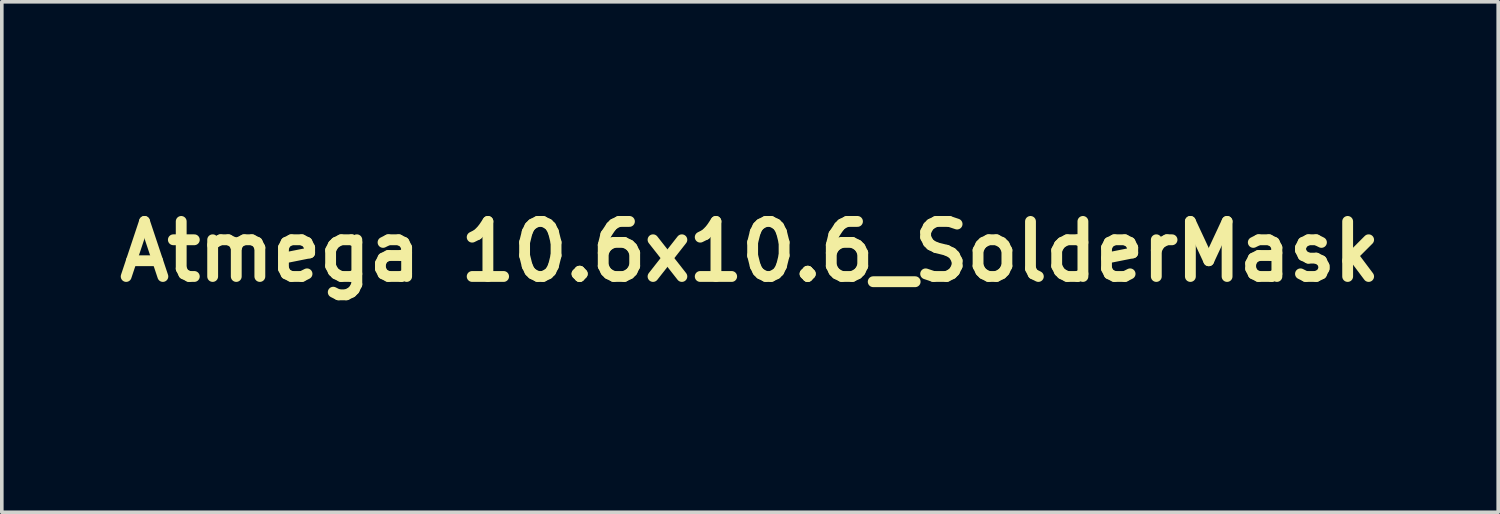
<source format=kicad_pcb>
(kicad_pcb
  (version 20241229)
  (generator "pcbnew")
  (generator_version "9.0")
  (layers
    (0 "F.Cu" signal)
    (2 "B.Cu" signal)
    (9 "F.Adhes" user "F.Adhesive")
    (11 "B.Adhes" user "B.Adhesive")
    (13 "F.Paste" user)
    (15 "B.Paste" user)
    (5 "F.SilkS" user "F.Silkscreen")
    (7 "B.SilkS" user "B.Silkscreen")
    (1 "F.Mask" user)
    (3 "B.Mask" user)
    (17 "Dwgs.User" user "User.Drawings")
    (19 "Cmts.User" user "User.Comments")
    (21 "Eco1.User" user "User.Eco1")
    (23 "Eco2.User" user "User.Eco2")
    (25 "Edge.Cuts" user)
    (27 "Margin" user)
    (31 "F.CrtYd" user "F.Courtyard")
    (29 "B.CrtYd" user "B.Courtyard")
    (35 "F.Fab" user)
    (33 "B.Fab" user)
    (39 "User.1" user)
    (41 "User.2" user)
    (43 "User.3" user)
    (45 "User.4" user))
  (footprint "Atmega 10.6x10.6_SolderMask"
    (layer "F.Cu")
    (at 17.715 3.915)
    (property "Reference" "Atmega 10.6x10.6_SolderMask" (at 0 0 0) (layer "F.SilkS") (effects (font (size 1.524 1.524) (thickness 0.3))))
    (attr through_hole)
    (fp_poly (pts (xy -4.826 -1.408) (xy -4.837 -1.397) (xy -4.847 -1.408) (xy -4.837 -1.418) (xy -4.826 -1.408)) (stroke (width 0.01) (type solid)) (fill yes) (layer "F.Mask"))
    (fp_poly (pts (xy -4.699 -1.386) (xy -4.71 -1.376) (xy -4.72 -1.386) (xy -4.71 -1.397) (xy -4.699 -1.386)) (stroke (width 0.01) (type solid)) (fill yes) (layer "F.Mask"))
    (fp_poly (pts (xy -4.487 -0.582) (xy -4.498 -0.572) (xy -4.508 -0.582) (xy -4.498 -0.593) (xy -4.487 -0.582)) (stroke (width 0.01) (type solid)) (fill yes) (layer "F.Mask"))
    (fp_poly (pts (xy -4.466 -0.9) (xy -4.477 -0.889) (xy -4.487 -0.9) (xy -4.477 -0.91) (xy -4.466 -0.9)) (stroke (width 0.01) (type solid)) (fill yes) (layer "F.Mask"))
    (fp_poly (pts (xy -4.424 -0.921) (xy -4.434 -0.91) (xy -4.445 -0.921) (xy -4.434 -0.931) (xy -4.424 -0.921)) (stroke (width 0.01) (type solid)) (fill yes) (layer "F.Mask"))
    (fp_poly (pts (xy -4.339 -0.984) (xy -4.35 -0.974) (xy -4.36 -0.984) (xy -4.35 -0.995) (xy -4.339 -0.984)) (stroke (width 0.01) (type solid)) (fill yes) (layer "F.Mask"))
    (fp_poly (pts (xy -4.339 -0.455) (xy -4.35 -0.445) (xy -4.36 -0.455) (xy -4.35 -0.466) (xy -4.339 -0.455)) (stroke (width 0.01) (type solid)) (fill yes) (layer "F.Mask"))
    (fp_poly (pts (xy -4.233 -0.138) (xy -4.244 -0.127) (xy -4.255 -0.138) (xy -4.244 -0.148) (xy -4.233 -0.138)) (stroke (width 0.01) (type solid)) (fill yes) (layer "F.Mask"))
    (fp_poly (pts (xy -4.212 -0.434) (xy -4.223 -0.423) (xy -4.233 -0.434) (xy -4.223 -0.445) (xy -4.212 -0.434)) (stroke (width 0.01) (type solid)) (fill yes) (layer "F.Mask"))
    (fp_poly (pts (xy -4.17 -2.614) (xy -4.18 -2.603) (xy -4.191 -2.614) (xy -4.18 -2.625) (xy -4.17 -2.614)) (stroke (width 0.01) (type solid)) (fill yes) (layer "F.Mask"))
    (fp_poly (pts (xy -4.17 -0.159) (xy -4.18 -0.148) (xy -4.191 -0.159) (xy -4.18 -0.169) (xy -4.17 -0.159)) (stroke (width 0.01) (type solid)) (fill yes) (layer "F.Mask"))
    (fp_poly (pts (xy -3.725 0.815) (xy -3.736 0.826) (xy -3.747 0.815) (xy -3.736 0.804) (xy -3.725 0.815)) (stroke (width 0.01) (type solid)) (fill yes) (layer "F.Mask"))
    (fp_poly (pts (xy -3.471 1.302) (xy -3.482 1.312) (xy -3.493 1.302) (xy -3.482 1.291) (xy -3.471 1.302)) (stroke (width 0.01) (type solid)) (fill yes) (layer "F.Mask"))
    (fp_poly (pts (xy -3.429 -2.783) (xy -3.44 -2.773) (xy -3.45 -2.783) (xy -3.44 -2.794) (xy -3.429 -2.783)) (stroke (width 0.01) (type solid)) (fill yes) (layer "F.Mask"))
    (fp_poly (pts (xy -3.387 0.921) (xy -3.397 0.931) (xy -3.408 0.921) (xy -3.397 0.91) (xy -3.387 0.921)) (stroke (width 0.01) (type solid)) (fill yes) (layer "F.Mask"))
    (fp_poly (pts (xy -3.175 1.767) (xy -3.186 1.778) (xy -3.196 1.767) (xy -3.186 1.757) (xy -3.175 1.767)) (stroke (width 0.01) (type solid)) (fill yes) (layer "F.Mask"))
    (fp_poly (pts (xy -3.09 1.894) (xy -3.101 1.905) (xy -3.111 1.894) (xy -3.101 1.884) (xy -3.09 1.894)) (stroke (width 0.01) (type solid)) (fill yes) (layer "F.Mask"))
    (fp_poly (pts (xy -2.985 2.254) (xy -2.995 2.265) (xy -3.006 2.254) (xy -2.995 2.244) (xy -2.985 2.254)) (stroke (width 0.01) (type solid)) (fill yes) (layer "F.Mask"))
    (fp_poly (pts (xy -2.815 2.445) (xy -2.826 2.455) (xy -2.836 2.445) (xy -2.826 2.434) (xy -2.815 2.445)) (stroke (width 0.01) (type solid)) (fill yes) (layer "F.Mask"))
    (fp_poly (pts (xy -2.709 2.233) (xy -2.72 2.244) (xy -2.731 2.233) (xy -2.72 2.223) (xy -2.709 2.233)) (stroke (width 0.01) (type solid)) (fill yes) (layer "F.Mask"))
    (fp_poly (pts (xy -2.667 2.72) (xy -2.678 2.731) (xy -2.688 2.72) (xy -2.678 2.709) (xy -2.667 2.72)) (stroke (width 0.01) (type solid)) (fill yes) (layer "F.Mask"))
    (fp_poly (pts (xy -2.413 2.847) (xy -2.424 2.857) (xy -2.434 2.847) (xy -2.424 2.836) (xy -2.413 2.847)) (stroke (width 0.01) (type solid)) (fill yes) (layer "F.Mask"))
    (fp_poly (pts (xy -2.413 3.207) (xy -2.424 3.217) (xy -2.434 3.207) (xy -2.424 3.196) (xy -2.413 3.207)) (stroke (width 0.01) (type solid)) (fill yes) (layer "F.Mask"))
    (fp_poly (pts (xy -1.757 -1.852) (xy -1.767 -1.841) (xy -1.778 -1.852) (xy -1.767 -1.863) (xy -1.757 -1.852)) (stroke (width 0.01) (type solid)) (fill yes) (layer "F.Mask"))
    (fp_poly (pts (xy -1.566 -1.386) (xy -1.577 -1.376) (xy -1.587 -1.386) (xy -1.577 -1.397) (xy -1.566 -1.386)) (stroke (width 0.01) (type solid)) (fill yes) (layer "F.Mask"))
    (fp_poly (pts (xy -0.593 -3.355) (xy -0.603 -3.344) (xy -0.614 -3.355) (xy -0.603 -3.365) (xy -0.593 -3.355)) (stroke (width 0.01) (type solid)) (fill yes) (layer "F.Mask"))
    (fp_poly (pts (xy -0.127 -1.958) (xy -0.138 -1.947) (xy -0.148 -1.958) (xy -0.138 -1.968) (xy -0.127 -1.958)) (stroke (width 0.01) (type solid)) (fill yes) (layer "F.Mask"))
    (fp_poly (pts (xy -0.021 3.588) (xy -0.032 3.598) (xy -0.042 3.588) (xy -0.032 3.577) (xy -0.021 3.588)) (stroke (width 0.01) (type solid)) (fill yes) (layer "F.Mask"))
    (fp_poly (pts (xy 0.042 -3.588) (xy 0.032 -3.577) (xy 0.021 -3.588) (xy 0.032 -3.598) (xy 0.042 -3.588)) (stroke (width 0.01) (type solid)) (fill yes) (layer "F.Mask"))
    (fp_poly (pts (xy 0.36 -3.567) (xy 0.349 -3.556) (xy 0.339 -3.567) (xy 0.349 -3.577) (xy 0.36 -3.567)) (stroke (width 0.01) (type solid)) (fill yes) (layer "F.Mask"))
    (fp_poly (pts (xy 0.423 -2.508) (xy 0.413 -2.498) (xy 0.402 -2.508) (xy 0.413 -2.519) (xy 0.423 -2.508)) (stroke (width 0.01) (type solid)) (fill yes) (layer "F.Mask"))
    (fp_poly (pts (xy 0.55 -3.609) (xy 0.54 -3.598) (xy 0.529 -3.609) (xy 0.54 -3.619) (xy 0.55 -3.609)) (stroke (width 0.01) (type solid)) (fill yes) (layer "F.Mask"))
    (fp_poly (pts (xy 0.656 -1.958) (xy 0.646 -1.947) (xy 0.635 -1.958) (xy 0.646 -1.968) (xy 0.656 -1.958)) (stroke (width 0.01) (type solid)) (fill yes) (layer "F.Mask"))
    (fp_poly (pts (xy 0.868 3.715) (xy 0.857 3.725) (xy 0.847 3.715) (xy 0.857 3.704) (xy 0.868 3.715)) (stroke (width 0.01) (type solid)) (fill yes) (layer "F.Mask"))
    (fp_poly (pts (xy 1.503 3.207) (xy 1.492 3.217) (xy 1.482 3.207) (xy 1.492 3.196) (xy 1.503 3.207)) (stroke (width 0.01) (type solid)) (fill yes) (layer "F.Mask"))
    (fp_poly (pts (xy 2.011 3.101) (xy 2 3.111) (xy 1.99 3.101) (xy 2 3.09) (xy 2.011 3.101)) (stroke (width 0.01) (type solid)) (fill yes) (layer "F.Mask"))
    (fp_poly (pts (xy 2.18 -3.228) (xy 2.17 -3.217) (xy 2.159 -3.228) (xy 2.17 -3.239) (xy 2.18 -3.228)) (stroke (width 0.01) (type solid)) (fill yes) (layer "F.Mask"))
    (fp_poly (pts (xy 2.371 3.334) (xy 2.36 3.344) (xy 2.349 3.334) (xy 2.36 3.323) (xy 2.371 3.334)) (stroke (width 0.01) (type solid)) (fill yes) (layer "F.Mask"))
    (fp_poly (pts (xy 2.434 3.101) (xy 2.424 3.111) (xy 2.413 3.101) (xy 2.424 3.09) (xy 2.434 3.101)) (stroke (width 0.01) (type solid)) (fill yes) (layer "F.Mask"))
    (fp_poly (pts (xy 2.455 -2.762) (xy 2.445 -2.752) (xy 2.434 -2.762) (xy 2.445 -2.773) (xy 2.455 -2.762)) (stroke (width 0.01) (type solid)) (fill yes) (layer "F.Mask"))
    (fp_poly (pts (xy 2.667 -2.699) (xy 2.656 -2.688) (xy 2.646 -2.699) (xy 2.656 -2.709) (xy 2.667 -2.699)) (stroke (width 0.01) (type solid)) (fill yes) (layer "F.Mask"))
    (fp_poly (pts (xy 2.709 -2.635) (xy 2.699 -2.625) (xy 2.688 -2.635) (xy 2.699 -2.646) (xy 2.709 -2.635)) (stroke (width 0.01) (type solid)) (fill yes) (layer "F.Mask"))
    (fp_poly (pts (xy 2.752 -2.233) (xy 2.741 -2.223) (xy 2.731 -2.233) (xy 2.741 -2.244) (xy 2.752 -2.233)) (stroke (width 0.01) (type solid)) (fill yes) (layer "F.Mask"))
    (fp_poly (pts (xy 2.879 -1.958) (xy 2.868 -1.947) (xy 2.857 -1.958) (xy 2.868 -1.968) (xy 2.879 -1.958)) (stroke (width 0.01) (type solid)) (fill yes) (layer "F.Mask"))
    (fp_poly (pts (xy 3.175 -1.81) (xy 3.164 -1.799) (xy 3.154 -1.81) (xy 3.164 -1.82) (xy 3.175 -1.81)) (stroke (width 0.01) (type solid)) (fill yes) (layer "F.Mask"))
    (fp_poly (pts (xy 3.196 -1.429) (xy 3.186 -1.418) (xy 3.175 -1.429) (xy 3.186 -1.439) (xy 3.196 -1.429)) (stroke (width 0.01) (type solid)) (fill yes) (layer "F.Mask"))
    (fp_poly (pts (xy 3.387 3.101) (xy 3.376 3.111) (xy 3.365 3.101) (xy 3.376 3.09) (xy 3.387 3.101)) (stroke (width 0.01) (type solid)) (fill yes) (layer "F.Mask"))
    (fp_poly (pts (xy 3.408 -1.111) (xy 3.397 -1.101) (xy 3.387 -1.111) (xy 3.397 -1.122) (xy 3.408 -1.111)) (stroke (width 0.01) (type solid)) (fill yes) (layer "F.Mask"))
    (fp_poly (pts (xy 3.471 -1.281) (xy 3.461 -1.27) (xy 3.45 -1.281) (xy 3.461 -1.291) (xy 3.471 -1.281)) (stroke (width 0.01) (type solid)) (fill yes) (layer "F.Mask"))
    (fp_poly (pts (xy 3.471 -1.111) (xy 3.461 -1.101) (xy 3.45 -1.111) (xy 3.461 -1.122) (xy 3.471 -1.111)) (stroke (width 0.01) (type solid)) (fill yes) (layer "F.Mask"))
    (fp_poly (pts (xy 3.514 2.741) (xy 3.503 2.752) (xy 3.493 2.741) (xy 3.503 2.731) (xy 3.514 2.741)) (stroke (width 0.01) (type solid)) (fill yes) (layer "F.Mask"))
    (fp_poly (pts (xy 3.958 -0.392) (xy 3.948 -0.381) (xy 3.937 -0.392) (xy 3.948 -0.402) (xy 3.958 -0.392)) (stroke (width 0.01) (type solid)) (fill yes) (layer "F.Mask"))
    (fp_poly (pts (xy 3.958 2.635) (xy 3.948 2.646) (xy 3.937 2.635) (xy 3.948 2.625) (xy 3.958 2.635)) (stroke (width 0.01) (type solid)) (fill yes) (layer "F.Mask"))
    (fp_poly (pts (xy 3.979 -0.349) (xy 3.969 -0.339) (xy 3.958 -0.349) (xy 3.969 -0.36) (xy 3.979 -0.349)) (stroke (width 0.01) (type solid)) (fill yes) (layer "F.Mask"))
    (fp_poly (pts (xy 3.979 -0.032) (xy 3.969 -0.021) (xy 3.958 -0.032) (xy 3.969 -0.042) (xy 3.979 -0.032)) (stroke (width 0.01) (type solid)) (fill yes) (layer "F.Mask"))
    (fp_poly (pts (xy 4.255 0.138) (xy 4.244 0.148) (xy 4.233 0.138) (xy 4.244 0.127) (xy 4.255 0.138)) (stroke (width 0.01) (type solid)) (fill yes) (layer "F.Mask"))
    (fp_poly (pts (xy 4.381 2.868) (xy 4.371 2.879) (xy 4.36 2.868) (xy 4.371 2.857) (xy 4.381 2.868)) (stroke (width 0.01) (type solid)) (fill yes) (layer "F.Mask"))
    (fp_poly (pts (xy 4.445 0.751) (xy 4.434 0.762) (xy 4.424 0.751) (xy 4.434 0.741) (xy 4.445 0.751)) (stroke (width 0.01) (type solid)) (fill yes) (layer "F.Mask"))
    (fp_poly (pts (xy 4.784 1.386) (xy 4.773 1.397) (xy 4.763 1.386) (xy 4.773 1.376) (xy 4.784 1.386)) (stroke (width 0.01) (type solid)) (fill yes) (layer "F.Mask"))
    (fp_poly (pts (xy 4.995 1.471) (xy 4.985 1.482) (xy 4.974 1.471) (xy 4.985 1.46) (xy 4.995 1.471)) (stroke (width 0.01) (type solid)) (fill yes) (layer "F.Mask"))
    (fp_poly (pts (xy 5.038 1.683) (xy 5.027 1.693) (xy 5.016 1.683) (xy 5.027 1.672) (xy 5.038 1.683)) (stroke (width 0.01) (type solid)) (fill yes) (layer "F.Mask"))
    (fp_poly (pts (xy -4.918 -1.559) (xy -4.915 -1.534) (xy -4.918 -1.531) (xy -4.93 -1.534) (xy -4.932 -1.545) (xy -4.924 -1.563) (xy -4.918 -1.559)) (stroke (width 0.01) (type solid)) (fill yes) (layer "F.Mask"))
    (fp_poly (pts (xy -4.431 -0.628) (xy -4.428 -0.603) (xy -4.431 -0.6) (xy -4.443 -0.603) (xy -4.445 -0.614) (xy -4.437 -0.631) (xy -4.431 -0.628)) (stroke (width 0.01) (type solid)) (fill yes) (layer "F.Mask"))
    (fp_poly (pts (xy -3.986 0.346) (xy -3.989 0.358) (xy -4 0.36) (xy -4.018 0.352) (xy -4.015 0.346) (xy -3.989 0.343) (xy -3.986 0.346)) (stroke (width 0.01) (type solid)) (fill yes) (layer "F.Mask"))
    (fp_poly (pts (xy -3.9 0.326) (xy -3.907 0.335) (xy -3.928 0.337) (xy -3.951 0.332) (xy -3.941 0.324) (xy -3.908 0.322) (xy -3.9 0.326)) (stroke (width 0.01) (type solid)) (fill yes) (layer "F.Mask"))
    (fp_poly (pts (xy -3.669 0.79) (xy -3.666 0.815) (xy -3.669 0.818) (xy -3.681 0.816) (xy -3.683 0.804) (xy -3.675 0.787) (xy -3.669 0.79)) (stroke (width 0.01) (type solid)) (fill yes) (layer "F.Mask"))
    (fp_poly (pts (xy -3.415 1.277) (xy -3.418 1.29) (xy -3.429 1.291) (xy -3.446 1.283) (xy -3.443 1.277) (xy -3.418 1.275) (xy -3.415 1.277)) (stroke (width 0.01) (type solid)) (fill yes) (layer "F.Mask"))
    (fp_poly (pts (xy -2.907 2.23) (xy -2.91 2.242) (xy -2.921 2.244) (xy -2.938 2.236) (xy -2.935 2.23) (xy -2.91 2.227) (xy -2.907 2.23)) (stroke (width 0.01) (type solid)) (fill yes) (layer "F.Mask"))
    (fp_poly (pts (xy -0.662 4.072) (xy -0.668 4.082) (xy -0.69 4.083) (xy -0.712 4.078) (xy -0.702 4.071) (xy -0.669 4.068) (xy -0.662 4.072)) (stroke (width 0.01) (type solid)) (fill yes) (layer "F.Mask"))
    (fp_poly (pts (xy -0.261 -2.364) (xy -0.264 -2.351) (xy -0.275 -2.349) (xy -0.293 -2.357) (xy -0.289 -2.364) (xy -0.264 -2.366) (xy -0.261 -2.364)) (stroke (width 0.01) (type solid)) (fill yes) (layer "F.Mask"))
    (fp_poly (pts (xy -0.028 -2.406) (xy -0.031 -2.393) (xy -0.042 -2.392) (xy -0.06 -2.4) (xy -0.056 -2.406) (xy -0.031 -2.408) (xy -0.028 -2.406)) (stroke (width 0.01) (type solid)) (fill yes) (layer "F.Mask"))
    (fp_poly (pts (xy 0.481 3.967) (xy 0.475 3.976) (xy 0.453 3.978) (xy 0.431 3.972) (xy 0.441 3.965) (xy 0.474 3.962) (xy 0.481 3.967)) (stroke (width 0.01) (type solid)) (fill yes) (layer "F.Mask"))
    (fp_poly (pts (xy 1.391 3.586) (xy 1.385 3.595) (xy 1.363 3.597) (xy 1.341 3.591) (xy 1.351 3.584) (xy 1.384 3.581) (xy 1.391 3.586)) (stroke (width 0.01) (type solid)) (fill yes) (layer "F.Mask"))
    (fp_poly (pts (xy 2.893 3.224) (xy 2.89 3.237) (xy 2.879 3.239) (xy 2.861 3.231) (xy 2.865 3.224) (xy 2.89 3.222) (xy 2.893 3.224)) (stroke (width 0.01) (type solid)) (fill yes) (layer "F.Mask"))
    (fp_poly (pts (xy 2.935 -1.888) (xy 2.938 -1.855) (xy 2.934 -1.847) (xy 2.924 -1.854) (xy 2.923 -1.875) (xy 2.928 -1.898) (xy 2.935 -1.888)) (stroke (width 0.01) (type solid)) (fill yes) (layer "F.Mask"))
    (fp_poly (pts (xy 3.761 -0.745) (xy 3.763 -0.712) (xy 3.759 -0.704) (xy 3.75 -0.711) (xy 3.748 -0.732) (xy 3.753 -0.755) (xy 3.761 -0.745)) (stroke (width 0.01) (type solid)) (fill yes) (layer "F.Mask"))
    (fp_poly (pts (xy 4.248 0.441) (xy 4.25 0.474) (xy 4.246 0.481) (xy 4.237 0.475) (xy 4.235 0.453) (xy 4.24 0.431) (xy 4.248 0.441)) (stroke (width 0.01) (type solid)) (fill yes) (layer "F.Mask"))
    (fp_poly (pts (xy 4.523 0.917) (xy 4.525 0.942) (xy 4.523 0.945) (xy 4.51 0.943) (xy 4.508 0.931) (xy 4.516 0.914) (xy 4.523 0.917)) (stroke (width 0.01) (type solid)) (fill yes) (layer "F.Mask"))
    (fp_poly (pts (xy 4.544 2.949) (xy 4.546 2.974) (xy 4.544 2.977) (xy 4.531 2.975) (xy 4.53 2.963) (xy 4.537 2.946) (xy 4.544 2.949)) (stroke (width 0.01) (type solid)) (fill yes) (layer "F.Mask"))
    (fp_poly (pts (xy 4.734 0.981) (xy 4.737 1.006) (xy 4.734 1.009) (xy 4.722 1.006) (xy 4.72 0.995) (xy 4.728 0.977) (xy 4.734 0.981)) (stroke (width 0.01) (type solid)) (fill yes) (layer "F.Mask"))
    (fp_poly (pts (xy 0.169 -3.525) (xy 0.183 -3.498) (xy 0.173 -3.493) (xy 0.142 -3.508) (xy 0.137 -3.515) (xy 0.129 -3.543) (xy 0.145 -3.545) (xy 0.169 -3.525)) (stroke (width 0.01) (type solid)) (fill yes) (layer "F.Mask"))
    (fp_poly (pts (xy -4.6 -1.468) (xy -4.604 -1.46) (xy -4.624 -1.44) (xy -4.627 -1.439) (xy -4.629 -1.453) (xy -4.625 -1.46) (xy -4.605 -1.481) (xy -4.601 -1.482) (xy -4.6 -1.468)) (stroke (width 0.01) (type solid)) (fill yes) (layer "F.Mask"))
    (fp_poly (pts (xy -4.114 -0.516) (xy -4.117 -0.508) (xy -4.136 -0.488) (xy -4.139 -0.487) (xy -4.148 -0.503) (xy -4.149 -0.508) (xy -4.132 -0.528) (xy -4.126 -0.529) (xy -4.114 -0.516)) (stroke (width 0.01) (type solid)) (fill yes) (layer "F.Mask"))
    (fp_poly (pts (xy -3.641 -2.714) (xy -3.641 -2.709) (xy -3.657 -2.689) (xy -3.662 -2.688) (xy -3.682 -2.704) (xy -3.683 -2.709) (xy -3.667 -2.73) (xy -3.662 -2.731) (xy -3.641 -2.714)) (stroke (width 0.01) (type solid)) (fill yes) (layer "F.Mask"))
    (fp_poly (pts (xy -3.097 1.368) (xy -3.101 1.376) (xy -3.121 1.396) (xy -3.125 1.397) (xy -3.126 1.383) (xy -3.122 1.376) (xy -3.102 1.356) (xy -3.098 1.355) (xy -3.097 1.368)) (stroke (width 0.01) (type solid)) (fill yes) (layer "F.Mask"))
    (fp_poly (pts (xy -2.885 1.876) (xy -2.889 1.884) (xy -2.909 1.904) (xy -2.913 1.905) (xy -2.914 1.891) (xy -2.91 1.884) (xy -2.89 1.864) (xy -2.887 1.863) (xy -2.885 1.876)) (stroke (width 0.01) (type solid)) (fill yes) (layer "F.Mask"))
    (fp_poly (pts (xy -2.597 -2.927) (xy -2.593 -2.921) (xy -2.594 -2.901) (xy -2.601 -2.9) (xy -2.631 -2.915) (xy -2.635 -2.921) (xy -2.634 -2.941) (xy -2.627 -2.942) (xy -2.597 -2.927)) (stroke (width 0.01) (type solid)) (fill yes) (layer "F.Mask"))
    (fp_poly (pts (xy -2.074 3.276) (xy -2.091 3.301) (xy -2.106 3.31) (xy -2.134 3.317) (xy -2.138 3.315) (xy -2.124 3.297) (xy -2.106 3.281) (xy -2.08 3.268) (xy -2.074 3.276)) (stroke (width 0.01) (type solid)) (fill yes) (layer "F.Mask"))
    (fp_poly (pts (xy -0.541 4.181) (xy -0.54 4.191) (xy -0.569 4.208) (xy -0.597 4.212) (xy -0.627 4.207) (xy -0.627 4.198) (xy -0.599 4.182) (xy -0.564 4.176) (xy -0.541 4.181)) (stroke (width 0.01) (type solid)) (fill yes) (layer "F.Mask"))
    (fp_poly (pts (xy -0.538 3.693) (xy -0.54 3.704) (xy -0.558 3.724) (xy -0.561 3.725) (xy -0.578 3.711) (xy -0.582 3.704) (xy -0.577 3.686) (xy -0.561 3.683) (xy -0.538 3.693)) (stroke (width 0.01) (type solid)) (fill yes) (layer "F.Mask"))
    (fp_poly (pts (xy -0.149 3.953) (xy -0.148 3.958) (xy -0.164 3.979) (xy -0.169 3.979) (xy -0.19 3.963) (xy -0.191 3.958) (xy -0.174 3.938) (xy -0.169 3.937) (xy -0.149 3.953)) (stroke (width 0.01) (type solid)) (fill yes) (layer "F.Mask"))
    (fp_poly (pts (xy 0.232 -2.44) (xy 0.233 -2.434) (xy 0.226 -2.414) (xy 0.223 -2.413) (xy 0.205 -2.428) (xy 0.201 -2.434) (xy 0.203 -2.454) (xy 0.21 -2.455) (xy 0.232 -2.44)) (stroke (width 0.01) (type solid)) (fill yes) (layer "F.Mask"))
    (fp_poly (pts (xy 0.402 -1.683) (xy 0.422 -1.664) (xy 0.423 -1.66) (xy 0.407 -1.651) (xy 0.402 -1.651) (xy 0.382 -1.667) (xy 0.381 -1.673) (xy 0.394 -1.686) (xy 0.402 -1.683)) (stroke (width 0.01) (type solid)) (fill yes) (layer "F.Mask"))
    (fp_poly (pts (xy 0.973 3.847) (xy 0.974 3.852) (xy 0.958 3.873) (xy 0.953 3.873) (xy 0.932 3.857) (xy 0.931 3.852) (xy 0.947 3.832) (xy 0.953 3.831) (xy 0.973 3.847)) (stroke (width 0.01) (type solid)) (fill yes) (layer "F.Mask"))
    (fp_poly (pts (xy 1.009 3.337) (xy 1.005 3.344) (xy 0.985 3.365) (xy 0.982 3.365) (xy 0.98 3.352) (xy 0.984 3.344) (xy 1.004 3.324) (xy 1.008 3.323) (xy 1.009 3.337)) (stroke (width 0.01) (type solid)) (fill yes) (layer "F.Mask"))
    (fp_poly (pts (xy 1.496 3.7) (xy 1.501 3.703) (xy 1.511 3.719) (xy 1.483 3.731) (xy 1.444 3.733) (xy 1.429 3.726) (xy 1.433 3.706) (xy 1.461 3.695) (xy 1.496 3.7)) (stroke (width 0.01) (type solid)) (fill yes) (layer "F.Mask"))
    (fp_poly (pts (xy 1.883 3.466) (xy 1.884 3.471) (xy 1.877 3.492) (xy 1.874 3.493) (xy 1.856 3.478) (xy 1.852 3.471) (xy 1.854 3.452) (xy 1.861 3.45) (xy 1.883 3.466)) (stroke (width 0.01) (type solid)) (fill yes) (layer "F.Mask"))
    (fp_poly (pts (xy 2.042 3.581) (xy 2.041 3.592) (xy 2.032 3.598) (xy 1.987 3.617) (xy 1.955 3.614) (xy 1.947 3.598) (xy 1.966 3.583) (xy 2.006 3.577) (xy 2.042 3.581)) (stroke (width 0.01) (type solid)) (fill yes) (layer "F.Mask"))
    (fp_poly (pts (xy 2.505 -3.012) (xy 2.518 -2.983) (xy 2.505 -2.964) (xy 2.499 -2.963) (xy 2.47 -2.979) (xy 2.467 -2.983) (xy 2.468 -3.008) (xy 2.49 -3.019) (xy 2.505 -3.012)) (stroke (width 0.01) (type solid)) (fill yes) (layer "F.Mask"))
    (fp_poly (pts (xy 2.516 3.462) (xy 2.519 3.471) (xy 2.501 3.488) (xy 2.475 3.493) (xy 2.446 3.484) (xy 2.445 3.471) (xy 2.475 3.452) (xy 2.488 3.45) (xy 2.516 3.462)) (stroke (width 0.01) (type solid)) (fill yes) (layer "F.Mask"))
    (fp_poly (pts (xy 2.731 -2.587) (xy 2.738 -2.572) (xy 2.739 -2.544) (xy 2.73 -2.54) (xy 2.712 -2.557) (xy 2.709 -2.572) (xy 2.714 -2.6) (xy 2.718 -2.603) (xy 2.731 -2.587)) (stroke (width 0.01) (type solid)) (fill yes) (layer "F.Mask"))
    (fp_poly (pts (xy 3.021 3.351) (xy 3 3.374) (xy 2.968 3.384) (xy 2.945 3.378) (xy 2.942 3.37) (xy 2.96 3.349) (xy 2.986 3.338) (xy 3.018 3.337) (xy 3.021 3.351)) (stroke (width 0.01) (type solid)) (fill yes) (layer "F.Mask"))
    (fp_poly (pts (xy 3.519 3.224) (xy 3.524 3.239) (xy 3.494 3.256) (xy 3.47 3.26) (xy 3.436 3.251) (xy 3.429 3.239) (xy 3.447 3.223) (xy 3.483 3.217) (xy 3.519 3.224)) (stroke (width 0.01) (type solid)) (fill yes) (layer "F.Mask"))
    (fp_poly (pts (xy 3.725 -0.455) (xy 3.746 -0.436) (xy 3.747 -0.433) (xy 3.73 -0.424) (xy 3.725 -0.423) (xy 3.705 -0.44) (xy 3.704 -0.446) (xy 3.717 -0.458) (xy 3.725 -0.455)) (stroke (width 0.01) (type solid)) (fill yes) (layer "F.Mask"))
    (fp_poly (pts (xy 3.894 2.979) (xy 3.895 2.985) (xy 3.879 3.005) (xy 3.873 3.006) (xy 3.853 2.99) (xy 3.852 2.985) (xy 3.868 2.964) (xy 3.873 2.963) (xy 3.894 2.979)) (stroke (width 0.01) (type solid)) (fill yes) (layer "F.Mask"))
    (fp_poly (pts (xy 4.018 3.102) (xy 4.022 3.111) (xy 4.005 3.13) (xy 3.99 3.133) (xy 3.962 3.121) (xy 3.958 3.111) (xy 3.975 3.093) (xy 3.99 3.09) (xy 4.018 3.102)) (stroke (width 0.01) (type solid)) (fill yes) (layer "F.Mask"))
    (fp_poly (pts (xy 4.028 -0.26) (xy 4.032 -0.254) (xy 4.027 -0.236) (xy 4.012 -0.233) (xy 3.983 -0.244) (xy 3.979 -0.254) (xy 3.995 -0.275) (xy 3.999 -0.275) (xy 4.028 -0.26)) (stroke (width 0.01) (type solid)) (fill yes) (layer "F.Mask"))
    (fp_poly (pts (xy 4.276 0.18) (xy 4.296 0.199) (xy 4.297 0.202) (xy 4.28 0.211) (xy 4.276 0.212) (xy 4.255 0.195) (xy 4.255 0.189) (xy 4.267 0.177) (xy 4.276 0.18)) (stroke (width 0.01) (type solid)) (fill yes) (layer "F.Mask"))
    (fp_poly (pts (xy 4.5 2.993) (xy 4.508 3.006) (xy 4.491 3.025) (xy 4.478 3.027) (xy 4.442 3.014) (xy 4.434 3.006) (xy 4.441 2.989) (xy 4.465 2.985) (xy 4.5 2.993)) (stroke (width 0.01) (type solid)) (fill yes) (layer "F.Mask"))
    (fp_poly (pts (xy 4.529 0.609) (xy 4.54 0.635) (xy 4.548 0.675) (xy 4.544 0.691) (xy 4.531 0.683) (xy 4.519 0.656) (xy 4.512 0.616) (xy 4.515 0.6) (xy 4.529 0.609)) (stroke (width 0.01) (type solid)) (fill yes) (layer "F.Mask"))
    (fp_poly (pts (xy 4.529 2.493) (xy 4.53 2.498) (xy 4.513 2.518) (xy 4.507 2.519) (xy 4.495 2.506) (xy 4.498 2.498) (xy 4.517 2.477) (xy 4.52 2.477) (xy 4.529 2.493)) (stroke (width 0.01) (type solid)) (fill yes) (layer "F.Mask"))
    (fp_poly (pts (xy 4.804 1.117) (xy 4.805 1.122) (xy 4.789 1.142) (xy 4.784 1.143) (xy 4.763 1.127) (xy 4.763 1.122) (xy 4.779 1.101) (xy 4.784 1.101) (xy 4.804 1.117)) (stroke (width 0.01) (type solid)) (fill yes) (layer "F.Mask"))
    (fp_poly (pts (xy 5.093 1.598) (xy 5.091 1.609) (xy 5.064 1.629) (xy 5.058 1.63) (xy 5.038 1.614) (xy 5.038 1.609) (xy 5.055 1.59) (xy 5.071 1.587) (xy 5.093 1.598)) (stroke (width 0.01) (type solid)) (fill yes) (layer "F.Mask"))
    (fp_poly (pts (xy -1.367 -3.28) (xy -1.363 -3.246) (xy -1.368 -3.232) (xy -1.386 -3.211) (xy -1.409 -3.225) (xy -1.415 -3.232) (xy -1.433 -3.265) (xy -1.421 -3.287) (xy -1.39 -3.298) (xy -1.367 -3.28)) (stroke (width 0.01) (type solid)) (fill yes) (layer "F.Mask"))
    (fp_poly (pts (xy -0.183 -2.394) (xy -0.18 -2.392) (xy -0.154 -2.366) (xy -0.148 -2.357) (xy -0.165 -2.35) (xy -0.18 -2.349) (xy -0.207 -2.367) (xy -0.212 -2.384) (xy -0.206 -2.406) (xy -0.183 -2.394)) (stroke (width 0.01) (type solid)) (fill yes) (layer "F.Mask"))
    (fp_poly (pts (xy -0.013 4.067) (xy -0.013 4.068) (xy -0.036 4.079) (xy -0.076 4.085) (xy -0.113 4.084) (xy -0.127 4.077) (xy -0.109 4.069) (xy -0.065 4.06) (xy -0.065 4.06) (xy -0.024 4.058) (xy -0.013 4.067)) (stroke (width 0.01) (type solid)) (fill yes) (layer "F.Mask"))
    (fp_poly (pts (xy 0.103 -3.583) (xy 0.104 -3.55) (xy 0.088 -3.517) (xy 0.072 -3.505) (xy 0.035 -3.495) (xy 0.025 -3.494) (xy 0.027 -3.502) (xy 0.037 -3.507) (xy 0.059 -3.534) (xy 0.064 -3.558) (xy 0.073 -3.591) (xy 0.085 -3.598) (xy 0.103 -3.583)) (stroke (width 0.01) (type solid)) (fill yes) (layer "F.Mask"))
    (fp_poly (pts (xy 4.939 1.483) (xy 4.946 1.498) (xy 4.971 1.543) (xy 4.993 1.574) (xy 5.015 1.605) (xy 5.004 1.628) (xy 4.986 1.642) (xy 4.94 1.669) (xy 4.915 1.662) (xy 4.908 1.63) (xy 4.904 1.581) (xy 4.903 1.562) (xy 4.884 1.534) (xy 4.851 1.511) (xy 4.82 1.492) (xy 4.825 1.479) (xy 4.837 1.474) (xy 4.901 1.461) (xy 4.939 1.483)) (stroke (width 0.01) (type solid)) (fill yes) (layer "F.Mask"))
    (fp_poly (pts (xy -1.675 -1.732) (xy -1.615 -1.692) (xy -1.532 -1.623) (xy -1.47 -1.581) (xy -1.419 -1.574) (xy -1.414 -1.575) (xy -1.387 -1.58) (xy -1.392 -1.575) (xy -1.407 -1.554) (xy -1.396 -1.522) (xy -1.385 -1.487) (xy -1.401 -1.472) (xy -1.585 -1.422) (xy -1.668 -1.407) (xy -1.759 -1.393) (xy -1.752 -1.57) (xy -1.747 -1.662) (xy -1.736 -1.719) (xy -1.713 -1.742) (xy -1.675 -1.732)) (stroke (width 0.01) (type solid)) (fill yes) (layer "F.Mask"))
    (fp_poly (pts (xy 0.321 -3.818) (xy 0.344 -3.793) (xy 0.367 -3.752) (xy 0.384 -3.712) (xy 0.386 -3.686) (xy 0.382 -3.683) (xy 0.361 -3.7) (xy 0.36 -3.709) (xy 0.353 -3.724) (xy 0.344 -3.713) (xy 0.313 -3.685) (xy 0.284 -3.666) (xy 0.248 -3.655) (xy 0.223 -3.674) (xy 0.211 -3.694) (xy 0.185 -3.733) (xy 0.166 -3.747) (xy 0.149 -3.763) (xy 0.148 -3.767) (xy 0.166 -3.784) (xy 0.21 -3.803) (xy 0.262 -3.817) (xy 0.306 -3.822) (xy 0.321 -3.818)) (stroke (width 0.01) (type solid)) (fill yes) (layer "F.Mask"))
    (fp_poly (pts (xy -0.205 -3.707) (xy -0.17 -3.686) (xy -0.141 -3.642) (xy -0.116 -3.597) (xy -0.114 -3.579) (xy -0.131 -3.582) (xy -0.173 -3.581) (xy -0.208 -3.565) (xy -0.244 -3.545) (xy -0.269 -3.555) (xy -0.279 -3.567) (xy -0.318 -3.612) (xy -0.336 -3.632) (xy -0.345 -3.651) (xy -0.233 -3.651) (xy -0.222 -3.641) (xy -0.212 -3.651) (xy -0.222 -3.662) (xy -0.233 -3.651) (xy -0.345 -3.651) (xy -0.353 -3.668) (xy -0.329 -3.693) (xy -0.265 -3.708) (xy -0.256 -3.709) (xy -0.205 -3.707)) (stroke (width 0.01) (type solid)) (fill yes) (layer "F.Mask"))
    (fp_poly (pts (xy -1.177 -3.491) (xy -1.143 -3.45) (xy -1.115 -3.406) (xy -1.103 -3.38) (xy -1.104 -3.378) (xy -1.127 -3.37) (xy -1.177 -3.359) (xy -1.191 -3.357) (xy -1.246 -3.351) (xy -1.274 -3.361) (xy -1.285 -3.38) (xy -1.309 -3.418) (xy -1.228 -3.418) (xy -1.217 -3.408) (xy -1.206 -3.418) (xy -1.217 -3.429) (xy -1.228 -3.418) (xy -1.309 -3.418) (xy -1.314 -3.426) (xy -1.332 -3.443) (xy -1.354 -3.465) (xy -1.346 -3.481) (xy -1.303 -3.494) (xy -1.267 -3.501) (xy -1.212 -3.506) (xy -1.177 -3.491)) (stroke (width 0.01) (type solid)) (fill yes) (layer "F.Mask"))
    (fp_poly (pts (xy -3.701 -2.968) (xy -3.669 -2.932) (xy -3.651 -2.9) (xy -3.632 -2.858) (xy -3.635 -2.842) (xy -3.657 -2.839) (xy -3.705 -2.834) (xy -3.752 -2.824) (xy -3.793 -2.82) (xy -3.81 -2.83) (xy -3.823 -2.858) (xy -3.852 -2.895) (xy -3.857 -2.9) (xy -3.768 -2.9) (xy -3.752 -2.879) (xy -3.747 -2.879) (xy -3.726 -2.895) (xy -3.725 -2.9) (xy -3.741 -2.92) (xy -3.747 -2.921) (xy -3.767 -2.905) (xy -3.768 -2.9) (xy -3.857 -2.9) (xy -3.895 -2.941) (xy -3.81 -2.963) (xy -3.743 -2.977) (xy -3.701 -2.968)) (stroke (width 0.01) (type solid)) (fill yes) (layer "F.Mask"))
    (fp_poly (pts (xy -2.159 -3.287) (xy -2.133 -3.249) (xy -2.128 -3.239) (xy -2.107 -3.192) (xy -2.103 -3.162) (xy -2.104 -3.159) (xy -2.12 -3.165) (xy -2.129 -3.183) (xy -2.158 -3.21) (xy -2.188 -3.215) (xy -2.216 -3.211) (xy -2.203 -3.205) (xy -2.196 -3.203) (xy -2.163 -3.183) (xy -2.169 -3.159) (xy -2.192 -3.146) (xy -2.231 -3.135) (xy -2.259 -3.144) (xy -2.292 -3.18) (xy -2.305 -3.198) (xy -2.333 -3.242) (xy -2.344 -3.27) (xy -2.343 -3.274) (xy -2.317 -3.283) (xy -2.265 -3.293) (xy -2.247 -3.296) (xy -2.191 -3.3) (xy -2.159 -3.287)) (stroke (width 0.01) (type solid)) (fill yes) (layer "F.Mask"))
    (fp_poly (pts (xy -0.639 -3.606) (xy -0.616 -3.574) (xy -0.608 -3.559) (xy -0.589 -3.516) (xy -0.593 -3.495) (xy -0.623 -3.484) (xy -0.625 -3.484) (xy -0.677 -3.469) (xy -0.705 -3.459) (xy -0.739 -3.468) (xy -0.781 -3.511) (xy -0.783 -3.514) (xy -0.787 -3.52) (xy -0.713 -3.52) (xy -0.688 -3.514) (xy -0.677 -3.514) (xy -0.644 -3.518) (xy -0.647 -3.534) (xy -0.652 -3.539) (xy -0.681 -3.554) (xy -0.703 -3.539) (xy -0.713 -3.52) (xy -0.787 -3.52) (xy -0.811 -3.557) (xy -0.823 -3.584) (xy -0.823 -3.587) (xy -0.799 -3.594) (xy -0.749 -3.604) (xy -0.727 -3.608) (xy -0.67 -3.615) (xy -0.639 -3.606)) (stroke (width 0.01) (type solid)) (fill yes) (layer "F.Mask"))
    (fp_poly (pts (xy 0.799 -3.899) (xy 0.836 -3.865) (xy 0.856 -3.841) (xy 0.898 -3.795) (xy 0.929 -3.775) (xy 0.967 -3.776) (xy 1.006 -3.786) (xy 1.061 -3.799) (xy 1.095 -3.792) (xy 1.127 -3.761) (xy 1.141 -3.743) (xy 1.193 -3.678) (xy 1.353 -3.691) (xy 1.436 -3.696) (xy 1.497 -3.694) (xy 1.551 -3.681) (xy 1.617 -3.654) (xy 1.666 -3.63) (xy 1.77 -3.575) (xy 1.845 -3.522) (xy 1.9 -3.463) (xy 1.946 -3.388) (xy 1.949 -3.382) (xy 1.991 -3.323) (xy 2.042 -3.277) (xy 2.052 -3.271) (xy 2.1 -3.236) (xy 2.127 -3.196) (xy 2.127 -3.196) (xy 2.148 -3.164) (xy 2.187 -3.167) (xy 2.218 -3.174) (xy 2.215 -3.16) (xy 2.204 -3.146) (xy 2.186 -3.119) (xy 2.199 -3.112) (xy 2.207 -3.111) (xy 2.233 -3.093) (xy 2.25 -3.05) (xy 2.256 -2.998) (xy 2.245 -2.955) (xy 2.241 -2.95) (xy 2.229 -2.926) (xy 2.244 -2.922) (xy 2.274 -2.936) (xy 2.295 -2.954) (xy 2.326 -3.004) (xy 2.314 -3.051) (xy 2.297 -3.069) (xy 2.267 -3.104) (xy 2.278 -3.126) (xy 2.318 -3.133) (xy 2.359 -3.123) (xy 2.371 -3.09) (xy 2.384 -3.049) (xy 2.402 -3.034) (xy 2.431 -3.008) (xy 2.432 -2.972) (xy 2.409 -2.946) (xy 2.391 -2.942) (xy 2.349 -2.926) (xy 2.329 -2.886) (xy 2.331 -2.831) (xy 2.353 -2.772) (xy 2.394 -2.718) (xy 2.423 -2.695) (xy 2.472 -2.668) (xy 2.501 -2.664) (xy 2.52 -2.679) (xy 2.556 -2.705) (xy 2.589 -2.706) (xy 2.603 -2.681) (xy 2.603 -2.68) (xy 2.616 -2.645) (xy 2.646 -2.598) (xy 2.649 -2.594) (xy 2.677 -2.552) (xy 2.678 -2.528) (xy 2.665 -2.517) (xy 2.617 -2.5) (xy 2.598 -2.498) (xy 2.567 -2.488) (xy 2.561 -2.478) (xy 2.579 -2.457) (xy 2.598 -2.449) (xy 2.606 -2.442) (xy 2.577 -2.437) (xy 2.567 -2.437) (xy 2.521 -2.43) (xy 2.509 -2.412) (xy 2.511 -2.402) (xy 2.54 -2.378) (xy 2.574 -2.371) (xy 2.613 -2.361) (xy 2.625 -2.325) (xy 2.625 -2.319) (xy 2.636 -2.268) (xy 2.663 -2.251) (xy 2.698 -2.27) (xy 2.704 -2.277) (xy 2.726 -2.305) (xy 2.728 -2.297) (xy 2.722 -2.273) (xy 2.721 -2.233) (xy 2.737 -2.203) (xy 2.76 -2.191) (xy 2.78 -2.21) (xy 2.78 -2.211) (xy 2.808 -2.241) (xy 2.847 -2.24) (xy 2.879 -2.212) (xy 2.887 -2.192) (xy 2.912 -2.136) (xy 2.936 -2.105) (xy 2.964 -2.081) (xy 2.978 -2.089) (xy 2.985 -2.107) (xy 2.997 -2.133) (xy 3.008 -2.119) (xy 3.012 -2.11) (xy 3.011 -2.085) (xy 2.98 -2.065) (xy 2.942 -2.053) (xy 2.866 -2.02) (xy 2.83 -1.972) (xy 2.833 -1.912) (xy 2.839 -1.898) (xy 2.868 -1.858) (xy 2.913 -1.821) (xy 2.961 -1.794) (xy 3.001 -1.783) (xy 3.021 -1.794) (xy 3.045 -1.818) (xy 3.078 -1.812) (xy 3.1 -1.781) (xy 3.125 -1.736) (xy 3.154 -1.703) (xy 3.185 -1.678) (xy 3.195 -1.683) (xy 3.196 -1.706) (xy 3.2 -1.732) (xy 3.214 -1.72) (xy 3.217 -1.714) (xy 3.237 -1.674) (xy 3.231 -1.654) (xy 3.223 -1.654) (xy 3.194 -1.649) (xy 3.144 -1.633) (xy 3.134 -1.629) (xy 3.089 -1.61) (xy 3.08 -1.598) (xy 3.102 -1.585) (xy 3.119 -1.575) (xy 3.099 -1.569) (xy 3.064 -1.568) (xy 3.013 -1.562) (xy 2.986 -1.551) (xy 2.985 -1.548) (xy 3.003 -1.514) (xy 3.049 -1.487) (xy 3.106 -1.476) (xy 3.139 -1.473) (xy 3.138 -1.466) (xy 3.138 -1.466) (xy 3.118 -1.44) (xy 3.111 -1.406) (xy 3.123 -1.365) (xy 3.152 -1.355) (xy 3.191 -1.367) (xy 3.203 -1.381) (xy 3.212 -1.385) (xy 3.216 -1.359) (xy 3.23 -1.316) (xy 3.251 -1.298) (xy 3.27 -1.282) (xy 3.263 -1.272) (xy 3.252 -1.245) (xy 3.26 -1.227) (xy 3.278 -1.211) (xy 3.303 -1.224) (xy 3.327 -1.248) (xy 3.354 -1.281) (xy 3.349 -1.289) (xy 3.34 -1.286) (xy 3.305 -1.289) (xy 3.294 -1.304) (xy 3.298 -1.335) (xy 3.328 -1.352) (xy 3.364 -1.345) (xy 3.384 -1.314) (xy 3.387 -1.293) (xy 3.401 -1.251) (xy 3.429 -1.217) (xy 3.46 -1.192) (xy 3.47 -1.196) (xy 3.471 -1.215) (xy 3.481 -1.239) (xy 3.493 -1.238) (xy 3.513 -1.213) (xy 3.491 -1.187) (xy 3.434 -1.163) (xy 3.368 -1.14) (xy 3.336 -1.124) (xy 3.333 -1.109) (xy 3.347 -1.096) (xy 3.357 -1.084) (xy 3.328 -1.084) (xy 3.318 -1.085) (xy 3.271 -1.084) (xy 3.26 -1.067) (xy 3.277 -1.039) (xy 3.318 -1.012) (xy 3.363 -0.976) (xy 3.383 -0.936) (xy 3.402 -0.896) (xy 3.438 -0.893) (xy 3.464 -0.911) (xy 3.48 -0.914) (xy 3.487 -0.878) (xy 3.488 -0.87) (xy 3.497 -0.809) (xy 3.512 -0.765) (xy 3.525 -0.717) (xy 3.522 -0.689) (xy 3.521 -0.665) (xy 3.542 -0.668) (xy 3.569 -0.697) (xy 3.573 -0.716) (xy 3.58 -0.766) (xy 3.588 -0.789) (xy 3.593 -0.819) (xy 3.585 -0.824) (xy 3.548 -0.824) (xy 3.547 -0.845) (xy 3.556 -0.857) (xy 3.584 -0.883) (xy 3.609 -0.88) (xy 3.637 -0.845) (xy 3.662 -0.8) (xy 3.689 -0.746) (xy 3.696 -0.715) (xy 3.685 -0.695) (xy 3.669 -0.682) (xy 3.64 -0.652) (xy 3.635 -0.634) (xy 3.62 -0.621) (xy 3.577 -0.614) (xy 3.564 -0.614) (xy 3.516 -0.611) (xy 3.502 -0.601) (xy 3.514 -0.582) (xy 3.55 -0.555) (xy 3.569 -0.55) (xy 3.596 -0.537) (xy 3.598 -0.527) (xy 3.613 -0.512) (xy 3.626 -0.514) (xy 3.649 -0.507) (xy 3.653 -0.479) (xy 3.67 -0.433) (xy 3.7 -0.413) (xy 3.737 -0.382) (xy 3.739 -0.355) (xy 3.739 -0.324) (xy 3.747 -0.318) (xy 3.765 -0.3) (xy 3.771 -0.282) (xy 3.78 -0.259) (xy 3.797 -0.267) (xy 3.817 -0.285) (xy 3.843 -0.316) (xy 3.836 -0.334) (xy 3.808 -0.35) (xy 3.761 -0.376) (xy 3.809 -0.402) (xy 3.857 -0.412) (xy 3.887 -0.385) (xy 3.894 -0.347) (xy 3.909 -0.314) (xy 3.926 -0.296) (xy 3.955 -0.261) (xy 3.943 -0.235) (xy 3.914 -0.222) (xy 3.883 -0.199) (xy 3.882 -0.178) (xy 3.878 -0.156) (xy 3.839 -0.148) (xy 3.831 -0.148) (xy 3.781 -0.14) (xy 3.771 -0.119) (xy 3.8 -0.094) (xy 3.821 -0.085) (xy 3.869 -0.051) (xy 3.893 -0.014) (xy 3.921 0.031) (xy 3.953 0.051) (xy 3.979 0.04) (xy 3.986 0.025) (xy 3.994 0.001) (xy 3.998 0.018) (xy 3.998 0.024) (xy 4.014 0.058) (xy 4.045 0.074) (xy 4.073 0.066) (xy 4.075 0.063) (xy 4.103 0.044) (xy 4.135 0.048) (xy 4.149 0.071) (xy 4.161 0.106) (xy 4.191 0.154) (xy 4.196 0.16) (xy 4.224 0.202) (xy 4.223 0.224) (xy 4.214 0.229) (xy 4.179 0.251) (xy 4.152 0.278) (xy 4.106 0.309) (xy 4.069 0.318) (xy 4.036 0.326) (xy 4.038 0.345) (xy 4.072 0.37) (xy 4.097 0.382) (xy 4.141 0.416) (xy 4.161 0.454) (xy 4.189 0.5) (xy 4.242 0.512) (xy 4.26 0.511) (xy 4.273 0.522) (xy 4.273 0.524) (xy 4.275 0.559) (xy 4.296 0.557) (xy 4.317 0.54) (xy 4.363 0.516) (xy 4.403 0.521) (xy 4.423 0.553) (xy 4.424 0.562) (xy 4.438 0.604) (xy 4.457 0.628) (xy 4.481 0.671) (xy 4.466 0.704) (xy 4.434 0.717) (xy 4.386 0.738) (xy 4.365 0.754) (xy 4.333 0.773) (xy 4.316 0.772) (xy 4.299 0.776) (xy 4.297 0.787) (xy 4.314 0.817) (xy 4.344 0.836) (xy 4.39 0.871) (xy 4.417 0.91) (xy 4.444 0.949) (xy 4.466 0.963) (xy 4.496 0.979) (xy 4.508 0.994) (xy 4.529 1.013) (xy 4.565 1.006) (xy 4.582 0.999) (xy 4.623 0.981) (xy 4.647 0.98) (xy 4.666 1.001) (xy 4.693 1.052) (xy 4.697 1.06) (xy 4.726 1.128) (xy 4.724 1.168) (xy 4.692 1.182) (xy 4.66 1.179) (xy 4.623 1.173) (xy 4.623 1.181) (xy 4.644 1.197) (xy 4.67 1.221) (xy 4.661 1.235) (xy 4.652 1.239) (xy 4.608 1.246) (xy 4.594 1.245) (xy 4.563 1.247) (xy 4.56 1.267) (xy 4.582 1.294) (xy 4.612 1.311) (xy 4.671 1.355) (xy 4.697 1.399) (xy 4.721 1.448) (xy 4.749 1.458) (xy 4.778 1.437) (xy 4.793 1.431) (xy 4.797 1.46) (xy 4.796 1.489) (xy 4.796 1.536) (xy 4.803 1.556) (xy 4.806 1.555) (xy 4.825 1.561) (xy 4.837 1.592) (xy 4.837 1.634) (xy 4.834 1.646) (xy 4.828 1.67) (xy 4.841 1.656) (xy 4.844 1.651) (xy 4.865 1.632) (xy 4.886 1.647) (xy 4.898 1.662) (xy 4.917 1.693) (xy 4.902 1.706) (xy 4.877 1.711) (xy 4.824 1.699) (xy 4.775 1.659) (xy 4.746 1.605) (xy 4.742 1.582) (xy 4.733 1.551) (xy 4.724 1.545) (xy 4.716 1.564) (xy 4.713 1.614) (xy 4.716 1.667) (xy 4.717 1.753) (xy 4.702 1.823) (xy 4.669 1.897) (xy 4.639 1.961) (xy 4.619 2.01) (xy 4.614 2.029) (xy 4.6 2.056) (xy 4.563 2.098) (xy 4.539 2.121) (xy 4.488 2.178) (xy 4.473 2.222) (xy 4.473 2.227) (xy 4.48 2.254) (xy 4.472 2.262) (xy 4.441 2.252) (xy 4.402 2.236) (xy 4.327 2.216) (xy 4.274 2.228) (xy 4.248 2.268) (xy 4.248 2.311) (xy 4.261 2.377) (xy 4.282 2.446) (xy 4.305 2.504) (xy 4.32 2.527) (xy 4.325 2.559) (xy 4.315 2.587) (xy 4.302 2.625) (xy 4.318 2.645) (xy 4.368 2.654) (xy 4.392 2.655) (xy 4.451 2.661) (xy 4.47 2.674) (xy 4.453 2.692) (xy 4.401 2.712) (xy 4.329 2.728) (xy 4.232 2.747) (xy 4.236 2.596) (xy 4.232 2.473) (xy 4.211 2.387) (xy 4.171 2.337) (xy 4.111 2.321) (xy 4.057 2.33) (xy 4.007 2.348) (xy 3.981 2.366) (xy 3.979 2.37) (xy 3.963 2.375) (xy 3.924 2.361) (xy 3.92 2.359) (xy 3.855 2.34) (xy 3.799 2.349) (xy 3.764 2.383) (xy 3.762 2.392) (xy 3.763 2.432) (xy 3.776 2.495) (xy 3.792 2.55) (xy 3.812 2.622) (xy 3.822 2.682) (xy 3.82 2.711) (xy 3.816 2.736) (xy 3.828 2.75) (xy 3.867 2.756) (xy 3.932 2.759) (xy 3.972 2.768) (xy 3.977 2.788) (xy 3.953 2.81) (xy 3.901 2.826) (xy 3.9 2.826) (xy 3.838 2.839) (xy 3.79 2.855) (xy 3.786 2.857) (xy 3.754 2.86) (xy 3.739 2.825) (xy 3.74 2.752) (xy 3.747 2.697) (xy 3.754 2.622) (xy 3.744 2.565) (xy 3.719 2.514) (xy 3.687 2.465) (xy 3.658 2.437) (xy 3.65 2.434) (xy 3.587 2.441) (xy 3.531 2.457) (xy 3.497 2.479) (xy 3.493 2.489) (xy 3.483 2.503) (xy 3.45 2.494) (xy 3.407 2.474) (xy 3.336 2.447) (xy 3.288 2.454) (xy 3.264 2.496) (xy 3.264 2.572) (xy 3.288 2.683) (xy 3.293 2.702) (xy 3.311 2.774) (xy 3.314 2.819) (xy 3.302 2.847) (xy 3.301 2.848) (xy 3.289 2.875) (xy 3.314 2.883) (xy 3.331 2.88) (xy 3.36 2.89) (xy 3.382 2.904) (xy 3.403 2.917) (xy 3.402 2.908) (xy 3.406 2.893) (xy 3.442 2.895) (xy 3.476 2.909) (xy 3.476 2.924) (xy 3.444 2.939) (xy 3.389 2.95) (xy 3.326 2.958) (xy 3.27 2.959) (xy 3.236 2.953) (xy 3.233 2.95) (xy 3.229 2.919) (xy 3.234 2.863) (xy 3.24 2.827) (xy 3.25 2.758) (xy 3.243 2.707) (xy 3.216 2.65) (xy 3.207 2.633) (xy 3.173 2.58) (xy 3.147 2.556) (xy 3.116 2.555) (xy 3.088 2.562) (xy 3.033 2.582) (xy 2.994 2.604) (xy 2.958 2.617) (xy 2.92 2.603) (xy 2.861 2.58) (xy 2.823 2.572) (xy 2.779 2.584) (xy 2.757 2.627) (xy 2.759 2.697) (xy 2.775 2.759) (xy 2.794 2.84) (xy 2.803 2.924) (xy 2.803 2.937) (xy 2.801 3.027) (xy 2.887 3.027) (xy 2.937 3.032) (xy 2.946 3.043) (xy 2.918 3.059) (xy 2.854 3.079) (xy 2.816 3.088) (xy 2.725 3.108) (xy 2.737 2.965) (xy 2.741 2.881) (xy 2.736 2.822) (xy 2.72 2.775) (xy 2.705 2.75) (xy 2.677 2.703) (xy 2.659 2.675) (xy 2.657 2.672) (xy 2.636 2.675) (xy 2.588 2.687) (xy 2.551 2.698) (xy 2.465 2.716) (xy 2.412 2.709) (xy 2.411 2.708) (xy 2.36 2.692) (xy 2.32 2.688) (xy 2.271 2.704) (xy 2.25 2.752) (xy 2.257 2.83) (xy 2.282 2.915) (xy 2.308 3.001) (xy 2.311 3.057) (xy 2.307 3.07) (xy 2.306 3.103) (xy 2.346 3.124) (xy 2.426 3.133) (xy 2.434 3.133) (xy 2.471 3.136) (xy 2.468 3.147) (xy 2.446 3.165) (xy 2.397 3.186) (xy 2.333 3.196) (xy 2.326 3.196) (xy 2.272 3.203) (xy 2.239 3.219) (xy 2.237 3.223) (xy 2.233 3.215) (xy 2.23 3.174) (xy 2.23 3.105) (xy 2.23 3.066) (xy 2.23 2.972) (xy 2.225 2.91) (xy 2.213 2.869) (xy 2.194 2.84) (xy 2.151 2.809) (xy 2.095 2.807) (xy 2.088 2.809) (xy 2.033 2.823) (xy 1.996 2.841) (xy 1.956 2.847) (xy 1.926 2.836) (xy 1.871 2.82) (xy 1.825 2.819) (xy 1.781 2.836) (xy 1.761 2.877) (xy 1.764 2.946) (xy 1.788 3.048) (xy 1.79 3.052) (xy 1.81 3.126) (xy 1.814 3.173) (xy 1.803 3.202) (xy 1.801 3.204) (xy 1.788 3.236) (xy 1.812 3.252) (xy 1.87 3.252) (xy 1.894 3.248) (xy 1.945 3.242) (xy 1.966 3.252) (xy 1.968 3.268) (xy 1.955 3.298) (xy 1.942 3.303) (xy 1.906 3.307) (xy 1.847 3.317) (xy 1.823 3.322) (xy 1.73 3.34) (xy 1.743 3.201) (xy 1.748 3.119) (xy 1.743 3.062) (xy 1.726 3.016) (xy 1.712 2.992) (xy 1.68 2.946) (xy 1.647 2.925) (xy 1.6 2.925) (xy 1.548 2.934) (xy 1.499 2.953) (xy 1.482 2.98) (xy 1.478 3.001) (xy 1.459 2.992) (xy 1.445 2.98) (xy 1.414 2.963) (xy 1.368 2.947) (xy 1.318 2.934) (xy 1.276 2.927) (xy 1.254 2.928) (xy 1.256 2.935) (xy 1.258 2.962) (xy 1.25 2.982) (xy 1.246 3.026) (xy 1.259 3.1) (xy 1.271 3.141) (xy 1.29 3.218) (xy 1.3 3.286) (xy 1.299 3.321) (xy 1.295 3.354) (xy 1.307 3.37) (xy 1.345 3.375) (xy 1.388 3.374) (xy 1.445 3.375) (xy 1.467 3.38) (xy 1.459 3.393) (xy 1.449 3.401) (xy 1.397 3.426) (xy 1.366 3.432) (xy 1.31 3.437) (xy 1.279 3.444) (xy 1.254 3.457) (xy 1.226 3.459) (xy 1.213 3.426) (xy 1.215 3.362) (xy 1.224 3.308) (xy 1.235 3.24) (xy 1.23 3.189) (xy 1.205 3.134) (xy 1.199 3.122) (xy 1.159 3.067) (xy 1.114 3.044) (xy 1.054 3.053) (xy 0.989 3.083) (xy 0.947 3.101) (xy 0.926 3.097) (xy 0.919 3.084) (xy 0.891 3.062) (xy 0.843 3.057) (xy 0.792 3.068) (xy 0.756 3.092) (xy 0.755 3.094) (xy 0.745 3.129) (xy 0.75 3.187) (xy 0.769 3.275) (xy 0.786 3.353) (xy 0.794 3.42) (xy 0.791 3.459) (xy 0.786 3.487) (xy 0.801 3.484) (xy 0.823 3.483) (xy 0.826 3.491) (xy 0.843 3.511) (xy 0.857 3.514) (xy 0.885 3.503) (xy 0.889 3.493) (xy 0.905 3.482) (xy 0.921 3.485) (xy 0.949 3.504) (xy 0.953 3.514) (xy 0.934 3.53) (xy 0.89 3.548) (xy 0.835 3.561) (xy 0.804 3.565) (xy 0.757 3.578) (xy 0.745 3.585) (xy 0.731 3.585) (xy 0.724 3.562) (xy 0.722 3.507) (xy 0.724 3.436) (xy 0.725 3.346) (xy 0.72 3.285) (xy 0.706 3.242) (xy 0.688 3.213) (xy 0.647 3.173) (xy 0.614 3.167) (xy 0.571 3.179) (xy 0.513 3.19) (xy 0.467 3.204) (xy 0.445 3.221) (xy 0.445 3.223) (xy 0.433 3.232) (xy 0.418 3.222) (xy 0.366 3.197) (xy 0.307 3.192) (xy 0.256 3.205) (xy 0.228 3.235) (xy 0.227 3.236) (xy 0.227 3.282) (xy 0.239 3.351) (xy 0.259 3.429) (xy 0.285 3.499) (xy 0.285 3.499) (xy 0.288 3.544) (xy 0.278 3.562) (xy 0.257 3.591) (xy 0.254 3.6) (xy 0.272 3.616) (xy 0.315 3.625) (xy 0.367 3.624) (xy 0.399 3.617) (xy 0.435 3.611) (xy 0.445 3.629) (xy 0.438 3.65) (xy 0.412 3.666) (xy 0.359 3.68) (xy 0.281 3.694) (xy 0.191 3.708) (xy 0.203 3.553) (xy 0.208 3.47) (xy 0.206 3.417) (xy 0.194 3.38) (xy 0.171 3.347) (xy 0.166 3.341) (xy 0.135 3.308) (xy 0.107 3.295) (xy 0.067 3.299) (xy 0.011 3.313) (xy -0.061 3.327) (xy -0.107 3.326) (xy -0.115 3.322) (xy -0.149 3.308) (xy -0.203 3.302) (xy -0.206 3.302) (xy -0.268 3.317) (xy -0.299 3.357) (xy -0.297 3.419) (xy -0.28 3.46) (xy -0.261 3.519) (xy -0.248 3.597) (xy -0.246 3.634) (xy -0.243 3.691) (xy -0.236 3.721) (xy -0.23 3.721) (xy -0.208 3.709) (xy -0.178 3.727) (xy -0.147 3.749) (xy -0.134 3.752) (xy -0.106 3.747) (xy -0.085 3.76) (xy -0.085 3.764) (xy -0.104 3.777) (xy -0.153 3.792) (xy -0.204 3.803) (xy -0.323 3.825) (xy -0.311 3.683) (xy -0.307 3.598) (xy -0.312 3.54) (xy -0.33 3.493) (xy -0.34 3.474) (xy -0.366 3.434) (xy -0.39 3.414) (xy -0.425 3.413) (xy -0.482 3.428) (xy -0.514 3.437) (xy -0.572 3.451) (xy -0.61 3.453) (xy -0.618 3.449) (xy -0.641 3.435) (xy -0.691 3.421) (xy -0.711 3.417) (xy -0.767 3.411) (xy -0.794 3.418) (xy -0.806 3.446) (xy -0.81 3.462) (xy -0.81 3.515) (xy -0.797 3.587) (xy -0.783 3.639) (xy -0.763 3.713) (xy -0.75 3.779) (xy -0.748 3.81) (xy -0.746 3.845) (xy -0.725 3.859) (xy -0.675 3.861) (xy -0.672 3.86) (xy -0.621 3.863) (xy -0.594 3.872) (xy -0.593 3.875) (xy -0.611 3.89) (xy -0.657 3.903) (xy -0.672 3.905) (xy -0.734 3.916) (xy -0.783 3.924) (xy -0.787 3.925) (xy -0.824 3.926) (xy -0.834 3.922) (xy -0.838 3.897) (xy -0.837 3.842) (xy -0.832 3.779) (xy -0.827 3.701) (xy -0.832 3.649) (xy -0.85 3.608) (xy -0.867 3.583) (xy -0.897 3.545) (xy -0.924 3.53) (xy -0.962 3.534) (xy -1.011 3.548) (xy -1.107 3.571) (xy -1.193 3.576) (xy -1.282 3.56) (xy -1.385 3.523) (xy -1.471 3.483) (xy -1.56 3.44) (xy -1.619 3.407) (xy -1.658 3.376) (xy -1.687 3.338) (xy -1.714 3.287) (xy -1.727 3.26) (xy -1.761 3.192) (xy -1.786 3.154) (xy -1.81 3.14) (xy -1.841 3.141) (xy -1.851 3.142) (xy -1.908 3.161) (xy -1.946 3.183) (xy -1.992 3.213) (xy -2.015 3.224) (xy -2.042 3.226) (xy -2.042 3.21) (xy -2.02 3.182) (xy -1.982 3.152) (xy -1.961 3.139) (xy -1.904 3.102) (xy -1.841 3.051) (xy -1.821 3.032) (xy -1.779 2.987) (xy -1.762 2.957) (xy -1.767 2.928) (xy -1.78 2.903) (xy -1.815 2.861) (xy -1.863 2.853) (xy -1.867 2.854) (xy -1.903 2.852) (xy -1.931 2.832) (xy -1.961 2.784) (xy -1.974 2.758) (xy -2.02 2.684) (xy -2.063 2.651) (xy -2.07 2.65) (xy -2.117 2.657) (xy -2.181 2.684) (xy -2.249 2.723) (xy -2.307 2.766) (xy -2.335 2.797) (xy -2.363 2.829) (xy -2.379 2.836) (xy -2.382 2.824) (xy -2.363 2.798) (xy -2.336 2.76) (xy -2.328 2.739) (xy -2.31 2.712) (xy -2.268 2.678) (xy -2.216 2.648) (xy -2.191 2.638) (xy -2.15 2.612) (xy -2.109 2.566) (xy -2.107 2.563) (xy -2.075 2.524) (xy -2.051 2.51) (xy -2.049 2.511) (xy -2.027 2.51) (xy -2.019 2.481) (xy -2.024 2.439) (xy -2.041 2.402) (xy -2.076 2.364) (xy -2.118 2.36) (xy -2.128 2.362) (xy -2.16 2.366) (xy -2.184 2.351) (xy -2.208 2.311) (xy -2.228 2.266) (xy -2.257 2.204) (xy -2.281 2.173) (xy -2.307 2.165) (xy -2.333 2.168) (xy -2.394 2.19) (xy -2.469 2.229) (xy -2.54 2.276) (xy -2.591 2.321) (xy -2.599 2.332) (xy -2.63 2.363) (xy -2.648 2.371) (xy -2.646 2.358) (xy -2.621 2.325) (xy -2.582 2.28) (xy -2.536 2.233) (xy -2.492 2.191) (xy -2.458 2.164) (xy -2.445 2.158) (xy -2.419 2.145) (xy -2.374 2.109) (xy -2.333 2.073) (xy -2.243 1.987) (xy -2.288 1.924) (xy -2.325 1.883) (xy -2.353 1.879) (xy -2.358 1.882) (xy -2.384 1.893) (xy -2.412 1.879) (xy -2.447 1.835) (xy -2.486 1.772) (xy -2.52 1.718) (xy -2.552 1.689) (xy -2.589 1.685) (xy -2.642 1.705) (xy -2.72 1.75) (xy -2.736 1.759) (xy -2.793 1.793) (xy -2.819 1.806) (xy -2.821 1.798) (xy -2.805 1.771) (xy -2.804 1.77) (xy -2.759 1.722) (xy -2.712 1.69) (xy -2.649 1.648) (xy -2.592 1.592) (xy -2.55 1.532) (xy -2.532 1.48) (xy -2.533 1.464) (xy -2.554 1.428) (xy -2.597 1.415) (xy -2.647 1.416) (xy -2.677 1.399) (xy -2.713 1.347) (xy -2.73 1.313) (xy -2.771 1.242) (xy -2.814 1.21) (xy -2.867 1.214) (xy -2.937 1.249) (xy -2.996 1.28) (xy -3.03 1.289) (xy -3.036 1.276) (xy -3.016 1.249) (xy -2.979 1.217) (xy -2.953 1.206) (xy -2.926 1.192) (xy -2.919 1.185) (xy 4.54 1.185) (xy 4.542 1.205) (xy 4.55 1.206) (xy 4.571 1.191) (xy 4.572 1.185) (xy 4.565 1.165) (xy 4.563 1.164) (xy 4.545 1.179) (xy 4.54 1.185) (xy -2.919 1.185) (xy -2.883 1.154) (xy -2.848 1.117) (xy -2.821 1.085) (xy 4.54 1.085) (xy 4.555 1.11) (xy 4.589 1.139) (xy 4.612 1.13) (xy 4.623 1.109) (xy 4.626 1.063) (xy 4.597 1.039) (xy 4.583 1.037) (xy 4.546 1.052) (xy 4.54 1.085) (xy -2.821 1.085) (xy -2.802 1.062) (xy -2.782 1.024) (xy -2.782 0.99) (xy -2.787 0.974) (xy -2.81 0.936) (xy -2.849 0.926) (xy -2.87 0.927) (xy -2.909 0.926) (xy -2.938 0.91) (xy -2.968 0.87) (xy -2.993 0.826) (xy -3.025 0.769) (xy -3.048 0.73) (xy -3.057 0.72) (xy -3.092 0.728) (xy -3.138 0.747) (xy -3.178 0.769) (xy -3.196 0.785) (xy -3.196 0.785) (xy -3.213 0.803) (xy -3.223 0.804) (xy -3.255 0.818) (xy -3.299 0.851) (xy -3.308 0.858) (xy -3.344 0.887) (xy -3.364 0.893) (xy -3.365 0.89) (xy -3.349 0.863) (xy -3.323 0.842) (xy -3.29 0.811) (xy -3.281 0.79) (xy -3.263 0.764) (xy -3.238 0.751) (xy -3.2 0.73) (xy -3.146 0.688) (xy -3.097 0.645) (xy -3.057 0.607) (xy 4.28 0.607) (xy 4.287 0.628) (xy 4.293 0.63) (xy 4.314 0.652) (xy 4.316 0.682) (xy 4.298 0.698) (xy 4.296 0.699) (xy 4.283 0.711) (xy 4.286 0.72) (xy 4.314 0.74) (xy 4.341 0.721) (xy 4.347 0.707) (xy 4.36 0.651) (xy 4.356 0.601) (xy 4.338 0.573) (xy 4.33 0.572) (xy 4.297 0.583) (xy 4.28 0.607) (xy -3.057 0.607) (xy -3.045 0.594) (xy -3.018 0.562) (xy -3.014 0.537) (xy -3.028 0.51) (xy -3.035 0.498) (xy -3.07 0.46) (xy -3.112 0.455) (xy -3.121 0.457) (xy -3.157 0.459) (xy -3.187 0.438) (xy -3.224 0.388) (xy -3.226 0.383) (xy -3.259 0.328) (xy -3.278 0.287) (xy -3.281 0.276) (xy -3.297 0.257) (xy 4.022 0.257) (xy 4.031 0.271) (xy 4.053 0.253) (xy 4.081 0.211) (xy 4.092 0.191) (xy 4.111 0.148) (xy 4.107 0.127) (xy 4.082 0.115) (xy 4.039 0.109) (xy 4.028 0.13) (xy 4.044 0.172) (xy 4.059 0.211) (xy 4.046 0.228) (xy 4.023 0.25) (xy 4.022 0.257) (xy -3.297 0.257) (xy -3.297 0.257) (xy -3.338 0.256) (xy -3.389 0.27) (xy -3.435 0.296) (xy -3.477 0.326) (xy -3.505 0.339) (xy -3.505 0.339) (xy -3.53 0.352) (xy -3.572 0.386) (xy -3.596 0.407) (xy -3.636 0.444) (xy -3.65 0.455) (xy -3.638 0.439) (xy -3.599 0.394) (xy -3.588 0.381) (xy -3.534 0.324) (xy -3.482 0.277) (xy -3.455 0.258) (xy -3.409 0.225) (xy -3.353 0.176) (xy -3.333 0.156) (xy -3.29 0.108) (xy -3.275 0.075) (xy -3.28 0.042) (xy -3.285 0.032) (xy -3.315 -0.013) (xy -3.349 -0.033) (xy -3.376 -0.022) (xy -3.376 -0.021) (xy -3.402 -0.008) (xy -3.437 -0.031) (xy -3.477 -0.087) (xy -3.494 -0.12) (xy -3.526 -0.177) (xy -3.538 -0.194) (xy 3.756 -0.194) (xy 3.789 -0.199) (xy 3.821 -0.212) (xy 3.85 -0.226) (xy 3.838 -0.23) (xy 3.817 -0.231) (xy 3.774 -0.224) (xy 3.757 -0.212) (xy 3.756 -0.194) (xy -3.538 -0.194) (xy -3.556 -0.216) (xy -3.567 -0.225) (xy -3.601 -0.221) (xy -3.655 -0.198) (xy -3.719 -0.164) (xy -3.78 -0.126) (xy -3.825 -0.09) (xy -3.84 -0.07) (xy -3.858 -0.048) (xy -3.867 -0.05) (xy -3.862 -0.071) (xy -3.833 -0.109) (xy -3.793 -0.155) (xy -3.749 -0.197) (xy -3.711 -0.226) (xy -3.695 -0.234) (xy -3.663 -0.247) (xy -3.623 -0.276) (xy -3.589 -0.309) (xy -3.577 -0.329) (xy -3.562 -0.353) (xy -3.544 -0.369) (xy -3.525 -0.404) (xy -3.532 -0.449) (xy -3.558 -0.486) (xy -3.595 -0.502) (xy -3.604 -0.5) (xy -3.659 -0.498) (xy -3.704 -0.526) (xy -3.746 -0.591) (xy -3.747 -0.594) (xy -3.776 -0.646) (xy -3.8 -0.68) (xy -3.806 -0.685) (xy -3.835 -0.683) (xy -3.888 -0.664) (xy -3.949 -0.635) (xy -4.008 -0.601) (xy -4.051 -0.569) (xy -4.063 -0.555) (xy -4.08 -0.533) (xy -4.084 -0.541) (xy -4.074 -0.572) (xy -4.063 -0.594) (xy -4.03 -0.631) (xy -3.978 -0.667) (xy -3.975 -0.669) (xy -3.919 -0.706) (xy -3.857 -0.759) (xy -3.836 -0.78) (xy -3.793 -0.828) (xy -3.777 -0.859) (xy -3.782 -0.889) (xy -3.793 -0.91) (xy -3.824 -0.948) (xy -3.87 -0.958) (xy -3.89 -0.956) (xy -3.943 -0.959) (xy -3.959 -0.977) (xy -3.97 -1.012) (xy -3.996 -1.064) (xy -4.007 -1.083) (xy -4.043 -1.142) (xy 3.239 -1.142) (xy 3.255 -1.122) (xy 3.26 -1.122) (xy 3.278 -1.139) (xy 3.281 -1.155) (xy 3.271 -1.177) (xy 3.26 -1.175) (xy 3.239 -1.148) (xy 3.239 -1.142) (xy -4.043 -1.142) (xy -4.055 -1.161) (xy -4.176 -1.107) (xy -4.239 -1.076) (xy -4.283 -1.049) (xy -4.297 -1.034) (xy -4.313 -1.017) (xy -4.318 -1.016) (xy -4.328 -1.028) (xy -4.313 -1.057) (xy -4.283 -1.094) (xy -4.244 -1.126) (xy -4.221 -1.14) (xy -4.174 -1.169) (xy -4.115 -1.216) (xy -4.086 -1.243) (xy -4.04 -1.291) (xy -4.031 -1.305) (xy -1.896 -1.305) (xy -1.881 -1.278) (xy -1.843 -1.271) (xy -1.775 -1.281) (xy -1.693 -1.302) (xy -1.6 -1.325) (xy -1.499 -1.347) (xy -1.46 -1.354) (xy -1.364 -1.374) (xy -1.277 -1.395) (xy -1.21 -1.416) (xy -1.177 -1.431) (xy -0.927 -1.431) (xy -0.921 -1.397) (xy -0.908 -1.372) (xy -0.884 -1.359) (xy -0.841 -1.358) (xy -0.773 -1.368) (xy -0.673 -1.388) (xy -0.594 -1.406) (xy -0.528 -1.419) (xy -0.489 -1.427) (xy -0.487 -1.427) (xy -0.396 -1.446) (xy -0.345 -1.467) (xy -0.331 -1.49) (xy -0.332 -1.495) (xy -0.33 -1.52) (xy -0.32 -1.524) (xy -0.297 -1.509) (xy -0.296 -1.503) (xy -0.278 -1.486) (xy -0.226 -1.484) (xy -0.145 -1.497) (xy -0.043 -1.525) (xy -0.042 -1.525) (xy 0.044 -1.55) (xy 0.152 -1.577) (xy 0.263 -1.603) (xy 0.296 -1.61) (xy 0.458 -1.644) (xy 0.636 -1.683) (xy 0.778 -1.714) (xy 2.969 -1.714) (xy 2.984 -1.694) (xy 2.998 -1.69) (xy 3.022 -1.682) (xy 3.015 -1.665) (xy 2.995 -1.643) (xy 2.969 -1.615) (xy 2.973 -1.608) (xy 2.995 -1.612) (xy 3.03 -1.633) (xy 3.039 -1.651) (xy 3.051 -1.698) (xy 3.06 -1.722) (xy 3.064 -1.75) (xy 3.039 -1.755) (xy 3.026 -1.753) (xy 2.984 -1.738) (xy 2.969 -1.714) (xy 0.778 -1.714) (xy 0.811 -1.722) (xy 0.965 -1.757) (xy 0.974 -1.759) (xy 1.041 -1.774) (xy 1.098 -1.785) (xy 1.111 -1.788) (xy 1.146 -1.794) (xy 1.154 -1.798) (xy 1.172 -1.803) (xy 1.215 -1.81) (xy 1.277 -1.831) (xy 1.307 -1.878) (xy 1.312 -1.923) (xy 1.308 -1.954) (xy 1.289 -1.966) (xy 1.243 -1.965) (xy 1.222 -1.963) (xy 1.149 -1.952) (xy 1.062 -1.933) (xy 0.974 -1.91) (xy 0.897 -1.887) (xy 0.844 -1.866) (xy 0.831 -1.858) (xy 0.792 -1.846) (xy 0.741 -1.849) (xy 0.691 -1.851) (xy 0.661 -1.828) (xy 0.655 -1.818) (xy 0.634 -1.791) (xy 0.602 -1.782) (xy 0.543 -1.787) (xy 0.539 -1.788) (xy 0.473 -1.792) (xy 0.42 -1.786) (xy 0.408 -1.781) (xy 0.361 -1.764) (xy 0.299 -1.75) (xy 0.296 -1.75) (xy 0.207 -1.733) (xy 0.156 -1.714) (xy 0.139 -1.693) (xy 0.141 -1.682) (xy 0.138 -1.663) (xy 0.102 -1.667) (xy 0.102 -1.667) (xy 0.06 -1.682) (xy 0.042 -1.695) (xy 0.019 -1.696) (xy -0.029 -1.682) (xy -0.059 -1.67) (xy -0.116 -1.647) (xy -0.158 -1.638) (xy -0.168 -1.64) (xy -0.198 -1.643) (xy -0.247 -1.635) (xy -0.301 -1.62) (xy -0.346 -1.603) (xy -0.368 -1.587) (xy -0.367 -1.583) (xy -0.376 -1.574) (xy -0.411 -1.578) (xy -0.496 -1.582) (xy -0.574 -1.555) (xy -0.602 -1.532) (xy -0.637 -1.511) (xy -0.664 -1.522) (xy -0.696 -1.533) (xy -0.752 -1.525) (xy -0.8 -1.513) (xy -0.875 -1.487) (xy -0.915 -1.462) (xy -0.927 -1.431) (xy -1.177 -1.431) (xy -1.171 -1.434) (xy -1.164 -1.441) (xy -1.18 -1.465) (xy -1.224 -1.506) (xy -1.288 -1.561) (xy -1.312 -1.579) (xy -0.984 -1.579) (xy -0.977 -1.538) (xy -0.946 -1.531) (xy -0.935 -1.534) (xy -0.894 -1.547) (xy -0.83 -1.562) (xy -0.799 -1.569) (xy -0.731 -1.592) (xy -0.701 -1.619) (xy -0.709 -1.648) (xy -0.754 -1.673) (xy -0.789 -1.691) (xy -0.801 -1.719) (xy -0.795 -1.771) (xy -0.794 -1.773) (xy -0.781 -1.829) (xy -0.765 -1.867) (xy -0.762 -1.87) (xy -0.733 -1.879) (xy -0.708 -1.857) (xy -0.699 -1.819) (xy -0.69 -1.785) (xy -0.679 -1.778) (xy -0.66 -1.76) (xy -0.639 -1.715) (xy -0.635 -1.703) (xy -0.613 -1.653) (xy -0.587 -1.634) (xy -0.554 -1.634) (xy -0.513 -1.646) (xy -0.502 -1.678) (xy -0.503 -1.693) (xy -0.519 -1.744) (xy -0.55 -1.806) (xy -0.563 -1.828) (xy -0.598 -1.885) (xy -0.621 -1.934) (xy -0.624 -1.947) (xy -0.643 -2.001) (xy -0.672 -2.045) (xy -0.702 -2.066) (xy -0.712 -2.066) (xy -0.747 -2.07) (xy -0.754 -2.075) (xy -0.792 -2.088) (xy -0.838 -2.071) (xy -0.877 -2.033) (xy -0.886 -2.014) (xy -0.902 -1.959) (xy -0.917 -1.885) (xy -0.922 -1.852) (xy -0.937 -1.766) (xy -0.958 -1.679) (xy -0.965 -1.655) (xy -0.984 -1.579) (xy -1.312 -1.579) (xy -1.367 -1.622) (xy -1.45 -1.683) (xy -1.534 -1.744) (xy -1.627 -1.814) (xy -1.686 -1.86) (xy -1.759 -1.913) (xy -1.806 -1.935) (xy -1.824 -1.931) (xy -1.834 -1.902) (xy -1.845 -1.841) (xy -1.856 -1.755) (xy -1.864 -1.659) (xy -1.873 -1.554) (xy -1.881 -1.461) (xy -1.888 -1.389) (xy -1.893 -1.352) (xy -1.896 -1.305) (xy -4.031 -1.305) (xy -4.02 -1.324) (xy -4.023 -1.352) (xy -4.029 -1.364) (xy -4.062 -1.411) (xy -4.099 -1.427) (xy -4.138 -1.423) (xy -4.17 -1.423) (xy -4.197 -1.443) (xy -4.227 -1.491) (xy -4.243 -1.522) (xy -4.274 -1.58) (xy -4.298 -1.619) (xy -4.307 -1.63) (xy -4.339 -1.62) (xy -4.392 -1.596) (xy -4.451 -1.565) (xy -4.493 -1.539) (xy -4.531 -1.519) (xy -4.55 -1.519) (xy -4.551 -1.521) (xy -4.535 -1.554) (xy -4.501 -1.59) (xy -4.466 -1.608) (xy -4.463 -1.609) (xy -4.434 -1.624) (xy -4.392 -1.663) (xy -4.345 -1.714) (xy -4.304 -1.766) (xy -4.303 -1.767) (xy -4.255 -1.767) (xy -4.244 -1.757) (xy -4.233 -1.767) (xy -4.244 -1.778) (xy -4.255 -1.767) (xy -4.303 -1.767) (xy -4.279 -1.808) (xy -4.276 -1.82) (xy -4.293 -1.87) (xy -4.339 -1.893) (xy -4.382 -1.891) (xy -4.44 -1.88) (xy -4.411 -1.993) (xy -4.371 -2.127) (xy -4.349 -2.183) (xy -0.843 -2.183) (xy -0.842 -2.148) (xy -0.819 -2.143) (xy -0.811 -2.145) (xy -0.764 -2.156) (xy -0.702 -2.168) (xy -0.699 -2.168) (xy -0.624 -2.18) (xy -0.498 -1.926) (xy -0.451 -1.833) (xy -0.41 -1.755) (xy -0.379 -1.7) (xy -0.362 -1.674) (xy -0.361 -1.672) (xy -0.333 -1.678) (xy -0.302 -1.686) (xy -0.265 -1.704) (xy -0.254 -1.722) (xy -0.264 -1.751) (xy -0.288 -1.807) (xy -0.323 -1.881) (xy -0.363 -1.961) (xy -0.404 -2.039) (xy -0.439 -2.105) (xy -0.464 -2.146) (xy -0.335 -2.146) (xy -0.328 -2.125) (xy -0.304 -2.081) (xy -0.282 -2.04) (xy -0.239 -1.962) (xy -0.197 -1.883) (xy -0.18 -1.852) (xy -0.143 -1.782) (xy -0.118 -1.743) (xy -0.097 -1.727) (xy -0.072 -1.729) (xy -0.044 -1.738) (xy 0.017 -1.76) (xy -0.066 -1.914) (xy -0.114 -2.011) (xy -0.14 -2.077) (xy -0.144 -2.117) (xy -0.127 -2.135) (xy -0.108 -2.138) (xy -0.075 -2.121) (xy -0.037 -2.068) (xy -0.01 -2.016) (xy 0.043 -1.912) (xy 0.085 -1.843) (xy 0.121 -1.804) (xy 0.153 -1.791) (xy 0.169 -1.793) (xy 0.195 -1.802) (xy 0.207 -1.818) (xy 0.204 -1.848) (xy 0.184 -1.899) (xy 0.146 -1.978) (xy 0.135 -2.002) (xy 0.101 -2.076) (xy 0.078 -2.135) (xy 0.071 -2.17) (xy 0.072 -2.175) (xy 0.102 -2.179) (xy 0.144 -2.144) (xy 0.195 -2.071) (xy 0.239 -1.993) (xy 0.281 -1.917) (xy 0.312 -1.872) (xy 0.339 -1.849) (xy 0.369 -1.842) (xy 0.383 -1.841) (xy 0.431 -1.85) (xy 0.457 -1.871) (xy 0.453 -1.902) (xy 0.433 -1.96) (xy 0.401 -2.032) (xy 0.393 -2.048) (xy 0.357 -2.12) (xy 0.331 -2.178) (xy 0.318 -2.212) (xy 0.318 -2.215) (xy 0.3 -2.235) (xy 0.258 -2.26) (xy 0.254 -2.261) (xy 0.207 -2.277) (xy 0.159 -2.276) (xy 0.091 -2.259) (xy 0.09 -2.259) (xy 0.022 -2.24) (xy -0.035 -2.229) (xy -0.053 -2.227) (xy -0.098 -2.219) (xy -0.162 -2.201) (xy -0.191 -2.191) (xy -0.252 -2.17) (xy -0.3 -2.156) (xy -0.312 -2.154) (xy -0.329 -2.153) (xy -0.335 -2.146) (xy -0.464 -2.146) (xy -0.465 -2.147) (xy -0.47 -2.154) (xy -0.483 -2.183) (xy -0.461 -2.21) (xy -0.456 -2.214) (xy -0.404 -2.238) (xy -0.372 -2.244) (xy -0.325 -2.25) (xy -0.26 -2.265) (xy -0.233 -2.273) (xy -0.198 -2.283) (xy 0.393 -2.283) (xy 0.408 -2.222) (xy 0.453 -2.138) (xy 0.467 -2.117) (xy 0.499 -2.058) (xy 0.518 -2.011) (xy 0.545 -1.951) (xy 0.584 -1.917) (xy 0.644 -1.905) (xy 0.73 -1.915) (xy 0.814 -1.934) (xy 0.885 -1.957) (xy 0.92 -1.98) (xy 0.922 -2.01) (xy 0.902 -2.043) (xy 0.882 -2.065) (xy 0.855 -2.074) (xy 0.811 -2.07) (xy 0.75 -2.058) (xy 0.683 -2.046) (xy 0.634 -2.041) (xy 0.618 -2.042) (xy 0.617 -2.065) (xy 0.647 -2.091) (xy 0.699 -2.113) (xy 0.743 -2.123) (xy 0.808 -2.134) (xy 0.838 -2.148) (xy 0.84 -2.171) (xy 0.83 -2.193) (xy 0.803 -2.216) (xy 0.761 -2.23) (xy 0.721 -2.233) (xy 0.699 -2.222) (xy 0.699 -2.218) (xy 0.68 -2.208) (xy 0.633 -2.202) (xy 0.614 -2.201) (xy 0.551 -2.209) (xy 0.526 -2.228) (xy 0.539 -2.252) (xy 0.589 -2.273) (xy 0.619 -2.28) (xy 0.677 -2.288) (xy 0.717 -2.292) (xy 0.723 -2.291) (xy 0.743 -2.3) (xy 0.748 -2.331) (xy 0.735 -2.364) (xy 0.727 -2.373) (xy 0.697 -2.388) (xy 0.675 -2.366) (xy 0.674 -2.364) (xy 0.649 -2.339) (xy 0.634 -2.34) (xy 0.589 -2.352) (xy 0.525 -2.353) (xy 0.46 -2.344) (xy 0.415 -2.328) (xy 0.41 -2.324) (xy 0.393 -2.283) (xy -0.198 -2.283) (xy -0.173 -2.29) (xy -0.131 -2.301) (xy -0.121 -2.303) (xy -0.089 -2.308) (xy -0.027 -2.32) (xy 0.054 -2.337) (xy 0.142 -2.355) (xy 0.227 -2.374) (xy 0.296 -2.389) (xy 0.318 -2.395) (xy 0.392 -2.412) (xy 0.419 -2.419) (xy 0.847 -2.419) (xy 0.855 -2.394) (xy 0.879 -2.341) (xy 0.911 -2.272) (xy 0.948 -2.195) (xy 0.985 -2.121) (xy 1.017 -2.06) (xy 1.038 -2.022) (xy 1.042 -2.017) (xy 1.067 -2.002) (xy 1.113 -2) (xy 1.187 -2.013) (xy 1.256 -2.029) (xy 1.313 -2.044) (xy 1.342 -2.058) (xy 1.355 -2.083) (xy 1.365 -2.12) (xy 1.375 -2.159) (xy 2.7 -2.159) (xy 2.749 -2.125) (xy 2.781 -2.094) (xy 2.775 -2.068) (xy 2.775 -2.068) (xy 2.753 -2.036) (xy 2.761 -2.023) (xy 2.79 -2.034) (xy 2.819 -2.073) (xy 2.827 -2.109) (xy 2.82 -2.147) (xy 2.81 -2.159) (xy 2.778 -2.159) (xy 2.747 -2.159) (xy 2.7 -2.159) (xy 1.375 -2.159) (xy 1.379 -2.176) (xy 1.126 -2.154) (xy 1.063 -2.29) (xy 1.029 -2.361) (xy 1.003 -2.402) (xy 0.976 -2.421) (xy 0.94 -2.427) (xy 0.923 -2.428) (xy 0.873 -2.426) (xy 0.848 -2.42) (xy 0.847 -2.419) (xy 0.419 -2.419) (xy 0.491 -2.435) (xy 0.596 -2.459) (xy 0.691 -2.48) (xy 0.725 -2.487) (xy 0.768 -2.501) (xy 0.78 -2.506) (xy 2.483 -2.506) (xy 2.488 -2.497) (xy 2.506 -2.485) (xy 2.521 -2.501) (xy 2.526 -2.53) (xy 2.517 -2.537) (xy 2.486 -2.534) (xy 2.483 -2.506) (xy 0.78 -2.506) (xy 0.782 -2.507) (xy 0.811 -2.516) (xy 0.87 -2.527) (xy 0.949 -2.538) (xy 0.966 -2.54) (xy 1.046 -2.553) (xy 1.111 -2.567) (xy 1.148 -2.579) (xy 1.151 -2.581) (xy 1.151 -2.586) (xy 2.485 -2.586) (xy 2.486 -2.585) (xy 2.515 -2.562) (xy 2.552 -2.582) (xy 2.559 -2.59) (xy 2.572 -2.618) (xy 2.554 -2.631) (xy 2.516 -2.632) (xy 2.487 -2.614) (xy 2.485 -2.586) (xy 1.151 -2.586) (xy 1.156 -2.61) (xy 1.139 -2.641) (xy 1.112 -2.658) (xy 1.099 -2.655) (xy 1.089 -2.66) (xy 1.093 -2.676) (xy 1.09 -2.704) (xy 1.066 -2.709) (xy 0.998 -2.701) (xy 0.949 -2.68) (xy 0.931 -2.654) (xy 0.918 -2.627) (xy 0.909 -2.625) (xy 0.897 -2.638) (xy 0.901 -2.649) (xy 0.896 -2.662) (xy 0.864 -2.663) (xy 0.817 -2.654) (xy 0.769 -2.638) (xy 0.731 -2.617) (xy 0.725 -2.612) (xy 0.693 -2.592) (xy 0.663 -2.607) (xy 0.63 -2.62) (xy 0.618 -2.613) (xy 0.586 -2.595) (xy 0.561 -2.59) (xy 0.514 -2.583) (xy 0.442 -2.571) (xy 0.357 -2.555) (xy 0.27 -2.537) (xy 0.195 -2.521) (xy 0.142 -2.508) (xy 0.127 -2.503) (xy 0.078 -2.488) (xy 0.064 -2.485) (xy 0.003 -2.474) (xy -0.085 -2.456) (xy -0.188 -2.434) (xy -0.293 -2.411) (xy -0.386 -2.39) (xy -0.423 -2.381) (xy -0.509 -2.362) (xy -0.592 -2.347) (xy -0.641 -2.339) (xy -0.712 -2.327) (xy -0.749 -2.309) (xy -0.759 -2.281) (xy -0.757 -2.269) (xy -0.768 -2.24) (xy -0.794 -2.234) (xy -0.831 -2.216) (xy -0.843 -2.183) (xy -4.349 -2.183) (xy -4.322 -2.256) (xy -4.269 -2.368) (xy -4.217 -2.455) (xy -4.182 -2.496) (xy -4.148 -2.541) (xy -4.142 -2.579) (xy -4.147 -2.602) (xy -4.134 -2.588) (xy -4.13 -2.583) (xy -4.106 -2.563) (xy -4.083 -2.576) (xy -4.072 -2.601) (xy -4.087 -2.638) (xy -4.113 -2.675) (xy -4.151 -2.72) (xy -4.18 -2.736) (xy -4.216 -2.73) (xy -4.234 -2.724) (xy -4.279 -2.711) (xy -4.31 -2.721) (xy -4.345 -2.758) (xy -4.348 -2.763) (xy -4.37 -2.796) (xy -4.276 -2.796) (xy -4.263 -2.774) (xy -4.218 -2.753) (xy -4.218 -2.753) (xy -4.22 -2.768) (xy -4.226 -2.783) (xy -4.246 -2.81) (xy -4.268 -2.813) (xy -4.276 -2.796) (xy -4.37 -2.796) (xy -4.378 -2.809) (xy -4.375 -2.837) (xy -4.336 -2.854) (xy -4.287 -2.861) (xy -4.239 -2.858) (xy -4.203 -2.83) (xy -4.181 -2.8) (xy -4.136 -2.748) (xy -4.083 -2.731) (xy -4.081 -2.731) (xy -4.039 -2.723) (xy -4.033 -2.703) (xy -4.032 -2.659) (xy -4 -2.624) (xy -3.952 -2.609) (xy -3.93 -2.611) (xy -3.892 -2.625) (xy -3.888 -2.647) (xy -3.899 -2.667) (xy -3.924 -2.691) (xy -3.939 -2.686) (xy -3.953 -2.684) (xy -3.964 -2.708) (xy -3.966 -2.744) (xy -3.945 -2.747) (xy -3.905 -2.717) (xy -3.874 -2.685) (xy -3.83 -2.643) (xy -3.79 -2.627) (xy -3.733 -2.629) (xy -3.722 -2.631) (xy -3.665 -2.643) (xy -3.629 -2.659) (xy -3.623 -2.666) (xy -3.599 -2.686) (xy -3.584 -2.688) (xy -3.562 -2.7) (xy -3.567 -2.725) (xy -3.59 -2.787) (xy -3.593 -2.818) (xy -3.576 -2.825) (xy -3.561 -2.823) (xy -3.52 -2.796) (xy -3.496 -2.76) (xy -3.464 -2.726) (xy -3.418 -2.708) (xy -3.375 -2.711) (xy -3.358 -2.725) (xy -3.361 -2.755) (xy -3.389 -2.788) (xy -3.427 -2.814) (xy -3.458 -2.819) (xy -3.485 -2.821) (xy -3.483 -2.834) (xy -3.451 -2.857) (xy -3.407 -2.841) (xy -3.362 -2.794) (xy -3.306 -2.744) (xy -3.235 -2.73) (xy -3.144 -2.751) (xy -3.139 -2.753) (xy -3.1 -2.771) (xy -3.096 -2.785) (xy -3.121 -2.806) (xy -3.143 -2.829) (xy -3.138 -2.836) (xy -3.105 -2.821) (xy -3.101 -2.815) (xy -3.071 -2.797) (xy -3.047 -2.794) (xy -3.023 -2.796) (xy -3.02 -2.81) (xy -3.038 -2.846) (xy -3.052 -2.87) (xy -3.101 -2.936) (xy -3.144 -2.96) (xy -3.181 -2.945) (xy -3.227 -2.922) (xy -3.272 -2.937) (xy -3.298 -2.974) (xy -3.32 -3.006) (xy -3.239 -3.006) (xy -3.221 -2.987) (xy -3.206 -2.985) (xy -3.184 -2.995) (xy -3.186 -3.006) (xy -3.213 -3.026) (xy -3.219 -3.027) (xy -3.238 -3.011) (xy -3.239 -3.006) (xy -3.32 -3.006) (xy -3.325 -3.013) (xy -3.349 -3.028) (xy -3.358 -3.034) (xy -3.339 -3.05) (xy -3.302 -3.068) (xy -3.26 -3.083) (xy -3.224 -3.09) (xy -3.176 -3.07) (xy -3.133 -3.016) (xy -3.1 -2.97) (xy -3.074 -2.944) (xy -3.069 -2.942) (xy -3.044 -2.928) (xy -3.004 -2.892) (xy -2.988 -2.876) (xy -2.945 -2.835) (xy -2.911 -2.821) (xy -2.87 -2.829) (xy -2.866 -2.83) (xy -2.805 -2.851) (xy -2.887 -2.893) (xy -2.938 -2.925) (xy -2.949 -2.947) (xy -2.943 -2.952) (xy -2.904 -2.955) (xy -2.856 -2.934) (xy -2.816 -2.898) (xy -2.804 -2.875) (xy -2.774 -2.844) (xy -2.716 -2.838) (xy -2.638 -2.859) (xy -2.607 -2.872) (xy -2.557 -2.895) (xy -2.526 -2.91) (xy -2.523 -2.911) (xy -2.524 -2.933) (xy -2.544 -2.972) (xy -2.573 -3.013) (xy -2.602 -3.042) (xy -2.604 -3.044) (xy -2.648 -3.058) (xy -2.699 -3.044) (xy -2.739 -3.031) (xy -2.768 -3.042) (xy -2.804 -3.081) (xy -2.833 -3.124) (xy -2.724 -3.124) (xy -2.709 -3.111) (xy -2.676 -3.092) (xy -2.671 -3.1) (xy -2.678 -3.111) (xy -2.708 -3.132) (xy -2.716 -3.132) (xy -2.724 -3.124) (xy -2.833 -3.124) (xy -2.838 -3.13) (xy -2.838 -3.16) (xy -2.802 -3.178) (xy -2.762 -3.187) (xy -2.705 -3.191) (xy -2.667 -3.172) (xy -2.647 -3.151) (xy -2.617 -3.108) (xy -2.604 -3.076) (xy -2.586 -3.05) (xy -2.562 -3.038) (xy -2.518 -3.012) (xy -2.479 -2.973) (xy -2.435 -2.934) (xy -2.392 -2.921) (xy -2.359 -2.934) (xy -2.349 -2.965) (xy -2.359 -2.997) (xy -2.387 -2.997) (xy -2.418 -2.998) (xy -2.425 -3.027) (xy -2.415 -3.063) (xy -2.386 -3.064) (xy -2.346 -3.032) (xy -2.325 -3.006) (xy -2.274 -2.957) (xy -2.212 -2.943) (xy -2.131 -2.962) (xy -2.124 -2.965) (xy -2.087 -2.983) (xy -2.086 -2.999) (xy -2.095 -3.005) (xy -2.132 -3.015) (xy -2.145 -3.012) (xy -2.155 -3.013) (xy -2.151 -3.023) (xy -2.127 -3.036) (xy -2.084 -3.023) (xy -2.035 -3.008) (xy -2.017 -3.023) (xy -2.031 -3.064) (xy -2.04 -3.078) (xy -2.067 -3.122) (xy -2.069 -3.141) (xy -2.044 -3.147) (xy -2.027 -3.148) (xy -1.997 -3.148) (xy -2.005 -3.136) (xy -2.011 -3.132) (xy -2.031 -3.116) (xy -2.011 -3.112) (xy -2.007 -3.112) (xy -1.973 -3.094) (xy -1.958 -3.068) (xy -1.93 -3.037) (xy -1.89 -3.032) (xy -1.855 -3.052) (xy -1.845 -3.074) (xy -1.851 -3.103) (xy -1.89 -3.111) (xy -1.893 -3.111) (xy -1.936 -3.122) (xy -1.947 -3.142) (xy -1.936 -3.179) (xy -1.904 -3.182) (xy -1.856 -3.15) (xy -1.829 -3.124) (xy -1.779 -3.08) (xy -1.735 -3.053) (xy -1.719 -3.048) (xy -1.661 -3.055) (xy -1.613 -3.07) (xy -1.588 -3.089) (xy -1.587 -3.093) (xy -1.605 -3.108) (xy -1.635 -3.112) (xy -1.666 -3.115) (xy -1.658 -3.128) (xy -1.651 -3.132) (xy -1.612 -3.14) (xy -1.599 -3.132) (xy -1.57 -3.117) (xy -1.534 -3.112) (xy -1.509 -3.117) (xy -1.507 -3.127) (xy -1.553 -3.213) (xy -1.593 -3.261) (xy -1.633 -3.277) (xy -1.678 -3.264) (xy -1.692 -3.255) (xy -1.724 -3.241) (xy -1.751 -3.251) (xy -1.788 -3.291) (xy -1.788 -3.291) (xy -1.813 -3.324) (xy -1.704 -3.324) (xy -1.699 -3.305) (xy -1.684 -3.302) (xy -1.655 -3.307) (xy -1.651 -3.311) (xy -1.667 -3.331) (xy -1.694 -3.332) (xy -1.704 -3.324) (xy -1.813 -3.324) (xy -1.827 -3.342) (xy -1.836 -3.37) (xy -1.815 -3.385) (xy -1.775 -3.395) (xy -1.71 -3.405) (xy -1.67 -3.399) (xy -1.638 -3.371) (xy -1.611 -3.334) (xy -1.574 -3.288) (xy -1.54 -3.262) (xy -1.532 -3.26) (xy -1.505 -3.249) (xy -1.503 -3.242) (xy -1.487 -3.207) (xy -1.451 -3.167) (xy -1.411 -3.138) (xy -1.392 -3.133) (xy -1.355 -3.144) (xy -1.33 -3.169) (xy -1.327 -3.194) (xy -1.338 -3.203) (xy -1.353 -3.213) (xy -1.336 -3.216) (xy -1.3 -3.202) (xy -1.281 -3.183) (xy -1.251 -3.16) (xy -1.202 -3.159) (xy -1.178 -3.162) (xy -1.128 -3.178) (xy -1.102 -3.197) (xy -1.106 -3.212) (xy -1.137 -3.217) (xy -1.16 -3.223) (xy -1.149 -3.241) (xy -1.121 -3.252) (xy -1.09 -3.231) (xy -1.053 -3.203) (xy -1.024 -3.196) (xy -1.016 -3.208) (xy -1.025 -3.233) (xy -1.046 -3.278) (xy -1.05 -3.285) (xy -1.07 -3.328) (xy -1.069 -3.342) (xy -1.052 -3.338) (xy -1.011 -3.341) (xy -0.997 -3.35) (xy -0.979 -3.359) (xy -0.974 -3.331) (xy -0.961 -3.281) (xy -0.943 -3.248) (xy -0.917 -3.22) (xy -0.894 -3.226) (xy -0.877 -3.242) (xy -0.856 -3.278) (xy -0.861 -3.306) (xy -0.888 -3.314) (xy -0.896 -3.311) (xy -0.918 -3.321) (xy -0.926 -3.354) (xy -0.926 -3.394) (xy -0.92 -3.408) (xy -0.901 -3.394) (xy -0.864 -3.358) (xy -0.838 -3.332) (xy -0.792 -3.286) (xy -0.755 -3.266) (xy -0.71 -3.265) (xy -0.678 -3.27) (xy -0.621 -3.286) (xy -0.584 -3.306) (xy -0.579 -3.313) (xy -0.553 -3.332) (xy -0.538 -3.33) (xy -0.513 -3.333) (xy -0.511 -3.364) (xy -0.531 -3.411) (xy -0.547 -3.452) (xy -0.535 -3.461) (xy -0.498 -3.44) (xy -0.457 -3.407) (xy -0.399 -3.365) (xy -0.355 -3.351) (xy -0.347 -3.353) (xy -0.323 -3.375) (xy -0.33 -3.401) (xy -0.361 -3.412) (xy -0.373 -3.411) (xy -0.398 -3.412) (xy -0.397 -3.42) (xy -0.399 -3.443) (xy -0.418 -3.463) (xy -0.442 -3.484) (xy -0.428 -3.491) (xy -0.407 -3.492) (xy -0.37 -3.485) (xy -0.36 -3.473) (xy -0.341 -3.443) (xy -0.296 -3.412) (xy -0.238 -3.388) (xy -0.183 -3.376) (xy -0.159 -3.378) (xy -0.122 -3.393) (xy -0.124 -3.413) (xy -0.125 -3.415) (xy -0.146 -3.446) (xy -0.148 -3.456) (xy -0.136 -3.458) (xy -0.115 -3.441) (xy -0.072 -3.41) (xy -0.048 -3.414) (xy -0.046 -3.448) (xy -0.066 -3.497) (xy -0.078 -3.535) (xy -0.061 -3.557) (xy -0.025 -3.566) (xy -0.005 -3.547) (xy -0.007 -3.526) (xy 0.001 -3.498) (xy 0.033 -3.468) (xy 0.072 -3.449) (xy 0.095 -3.449) (xy 0.126 -3.455) (xy 0.186 -3.464) (xy 0.253 -3.472) (xy 0.324 -3.484) (xy 0.377 -3.497) (xy 0.397 -3.51) (xy 0.42 -3.523) (xy 0.439 -3.519) (xy 0.457 -3.514) (xy 0.464 -3.519) (xy 0.46 -3.544) (xy 0.445 -3.597) (xy 0.435 -3.631) (xy 0.522 -3.631) (xy 0.525 -3.592) (xy 0.541 -3.568) (xy 0.574 -3.549) (xy 0.62 -3.554) (xy 0.636 -3.56) (xy 0.678 -3.576) (xy 0.684 -3.591) (xy 0.662 -3.609) (xy 0.628 -3.626) (xy 0.609 -3.612) (xy 0.596 -3.605) (xy 0.593 -3.625) (xy 0.579 -3.655) (xy 0.549 -3.659) (xy 0.523 -3.634) (xy 0.522 -3.631) (xy 0.435 -3.631) (xy 0.431 -3.641) (xy 0.428 -3.671) (xy 0.451 -3.681) (xy 0.479 -3.681) (xy 0.535 -3.683) (xy 0.572 -3.691) (xy 0.611 -3.686) (xy 0.663 -3.644) (xy 0.666 -3.641) (xy 0.737 -3.589) (xy 0.812 -3.579) (xy 0.856 -3.59) (xy 0.886 -3.613) (xy 0.88 -3.635) (xy 0.852 -3.642) (xy 0.831 -3.648) (xy 0.842 -3.655) (xy 0.879 -3.652) (xy 0.901 -3.64) (xy 0.932 -3.624) (xy 0.945 -3.626) (xy 0.947 -3.653) (xy 0.93 -3.698) (xy 0.908 -3.737) (xy 0.995 -3.737) (xy 1.011 -3.689) (xy 1.05 -3.66) (xy 1.097 -3.66) (xy 1.103 -3.663) (xy 1.13 -3.688) (xy 1.132 -3.706) (xy 1.106 -3.717) (xy 1.099 -3.714) (xy 1.076 -3.719) (xy 1.067 -3.735) (xy 1.042 -3.762) (xy 1.013 -3.765) (xy 0.995 -3.743) (xy 0.995 -3.737) (xy 0.908 -3.737) (xy 0.903 -3.746) (xy 0.875 -3.781) (xy 0.859 -3.789) (xy 0.827 -3.806) (xy 0.818 -3.821) (xy 0.794 -3.849) (xy 0.781 -3.852) (xy 0.77 -3.842) (xy 0.785 -3.819) (xy 0.801 -3.789) (xy 0.784 -3.768) (xy 0.782 -3.766) (xy 0.748 -3.749) (xy 0.737 -3.747) (xy 0.718 -3.762) (xy 0.687 -3.798) (xy 0.656 -3.84) (xy 0.637 -3.873) (xy 0.635 -3.88) (xy 0.653 -3.89) (xy 0.699 -3.902) (xy 0.713 -3.905) (xy 0.763 -3.91) (xy 0.799 -3.899)) (stroke (width 0.01) (type solid)) (fill yes) (layer "F.Mask")))
  (gr_rect
    (start -3 -3)
    (end 38.429 11.133)
    (stroke (width 0.1) (type default))
    (fill no)
    (layer "Edge.Cuts")))
</source>
